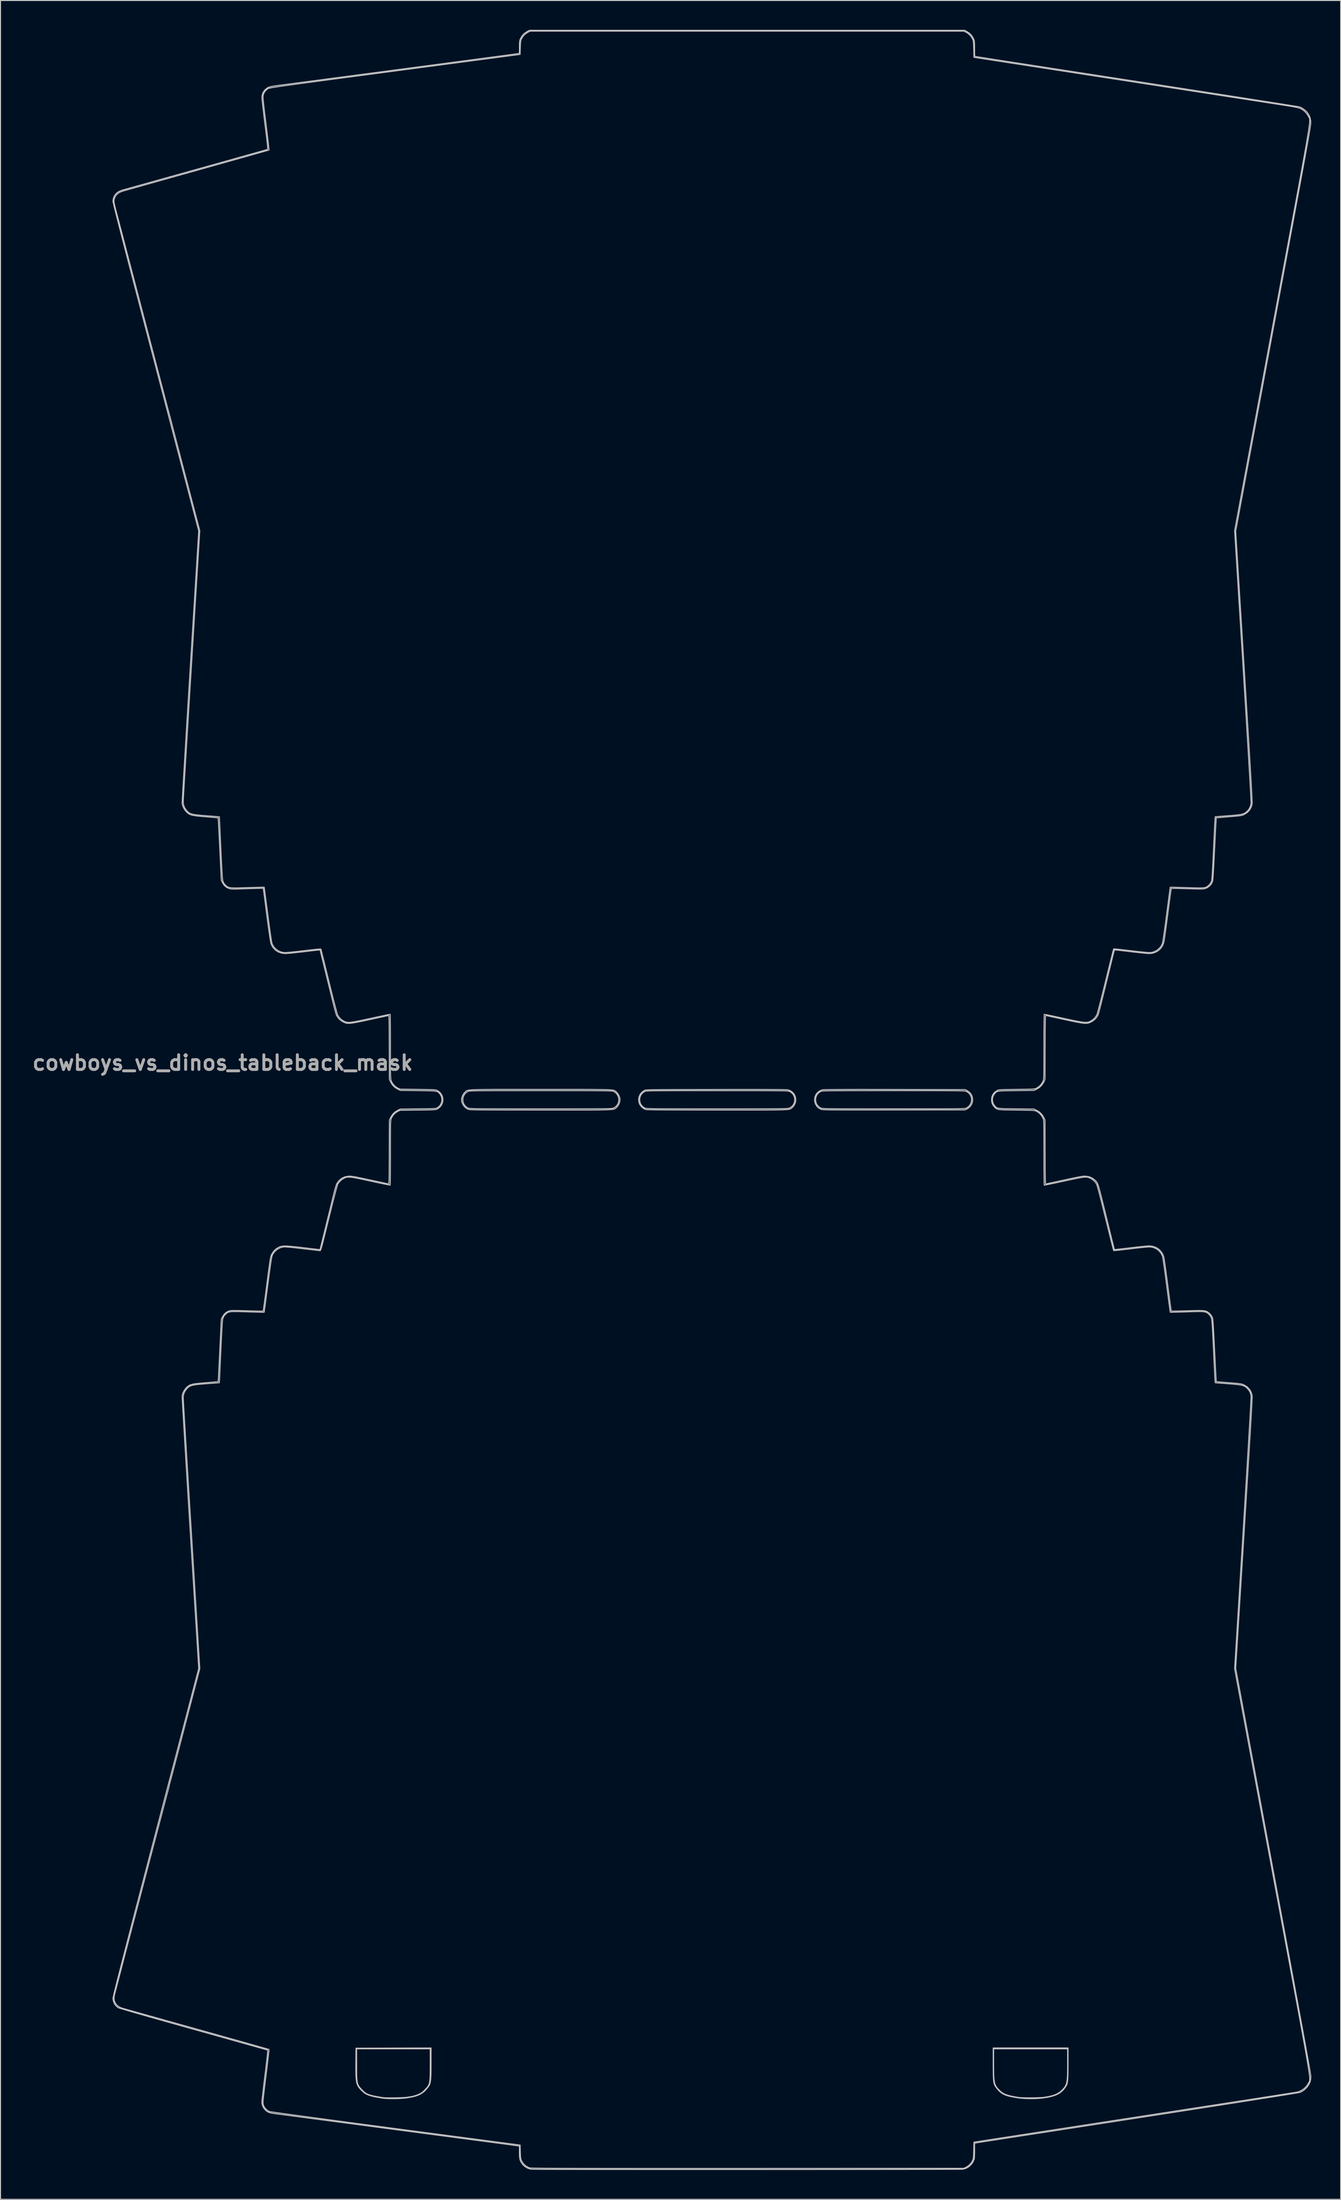
<source format=kicad_pcb>
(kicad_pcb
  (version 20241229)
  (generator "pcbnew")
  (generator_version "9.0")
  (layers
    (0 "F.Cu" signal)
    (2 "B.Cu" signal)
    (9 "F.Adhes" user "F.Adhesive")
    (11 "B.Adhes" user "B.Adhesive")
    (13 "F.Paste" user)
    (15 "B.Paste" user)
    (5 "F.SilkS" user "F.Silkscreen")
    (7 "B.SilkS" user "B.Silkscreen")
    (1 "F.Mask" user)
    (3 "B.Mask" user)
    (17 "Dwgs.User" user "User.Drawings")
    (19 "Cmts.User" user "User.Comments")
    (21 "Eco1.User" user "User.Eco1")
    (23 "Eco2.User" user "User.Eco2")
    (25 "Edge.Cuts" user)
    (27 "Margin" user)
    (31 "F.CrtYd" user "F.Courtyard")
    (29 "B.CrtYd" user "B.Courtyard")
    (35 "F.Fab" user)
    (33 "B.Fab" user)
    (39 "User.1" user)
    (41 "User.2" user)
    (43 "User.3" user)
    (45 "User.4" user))
  (footprint "cowboys_vs_dinos_tableback_mask"
    (layer "F.Cu")
    (at 69.779 109.46)
    (property "Reference" "cowboys_vs_dinos_tableback_mask" (at -50.05 -3.8 0) (layer "F.Fab") (effects (font (size 1.5 1.5) (thickness 0.3))))
    (attr board_only exclude_from_pos_files exclude_from_bom)
    (fp_poly (pts (xy 17.866 -71.24) (xy 18.175 -71.231) (xy 18.457 -71.222) (xy 18.7 -71.211) (xy 18.892 -71.201) (xy 19.021 -71.191) (xy 19.074 -71.183) (xy 19.077 -71.144) (xy 19.003 -71.071) (xy 18.901 -70.998) (xy 18.683 -70.842) (xy 18.444 -70.658) (xy 18.199 -70.459) (xy 17.965 -70.258) (xy 17.758 -70.07) (xy 17.594 -69.908) (xy 17.514 -69.818) (xy 17.338 -69.565) (xy 17.217 -69.314) (xy 17.155 -69.082) (xy 17.155 -68.914) (xy 17.23 -68.693) (xy 17.374 -68.491) (xy 17.566 -68.333) (xy 17.668 -68.28) (xy 17.807 -68.229) (xy 17.951 -68.201) (xy 18.131 -68.191) (xy 18.268 -68.191) (xy 18.472 -68.199) (xy 18.671 -68.215) (xy 18.81 -68.22) (xy 18.88 -68.22) (xy 18.99 -68.22) (xy 19.34 -68.22) (xy 19.59 -68.22) (xy 19.94 -68.22) (xy 20.12 -68.24) (xy 20.28 -68.29) (xy 20.43 -68.31) (xy 20.67 -68.33) (xy 20.89 -68.34) (xy 21.08 -68.35) (xy 21.24 -68.35) (xy 21.38 -68.35) (xy 21.51 -68.36) (xy 21.65 -68.36) (xy 21.79 -68.36) (xy 21.98 -68.36) (xy 22.18 -68.35) (xy 22.4 -68.31) (xy 22.61 -68.27) (xy 22.81 -68.22) (xy 22.96 -68.18) (xy 23.06 -68.15) (xy 23.19 -68.12) (xy 23.32 -68.09) (xy 23.42 -68.08) (xy 23.537 -68.083) (xy 23.688 -68.119) (xy 23.872 -68.12) (xy 24.104 -68.088) (xy 24.397 -68.021) (xy 24.467 -68.003) (xy 24.938 -67.886) (xy 25.474 -67.763) (xy 26.051 -67.641) (xy 26.647 -67.522) (xy 27.24 -67.413) (xy 27.585 -67.353) (xy 28.041 -67.272) (xy 28.426 -67.19) (xy 28.758 -67.106) (xy 29.013 -67.026) (xy 29.309 -66.932) (xy 29.677 -66.823) (xy 30.105 -66.703) (xy 30.58 -66.574) (xy 31.089 -66.442) (xy 31.62 -66.307) (xy 32.161 -66.175) (xy 32.698 -66.047) (xy 33.22 -65.928) (xy 33.34 -65.902) (xy 33.752 -65.809) (xy 34.174 -65.711) (xy 34.597 -65.611) (xy 35.013 -65.509) (xy 35.414 -65.408) (xy 35.791 -65.312) (xy 36.135 -65.22) (xy 36.439 -65.137) (xy 36.694 -65.064) (xy 36.892 -65.003) (xy 37.024 -64.957) (xy 37.081 -64.927) (xy 37.083 -64.924) (xy 37.062 -64.843) (xy 37.002 -64.705) (xy 36.913 -64.524) (xy 36.803 -64.315) (xy 36.68 -64.094) (xy 36.553 -63.875) (xy 36.428 -63.674) (xy 36.316 -63.506) (xy 36.31 -63.498) (xy 36.195 -63.341) (xy 36.095 -63.215) (xy 35.994 -63.104) (xy 35.878 -62.996) (xy 35.732 -62.877) (xy 35.542 -62.732) (xy 35.338 -62.582) (xy 34.989 -62.315) (xy 34.665 -62.047) (xy 34.388 -61.796) (xy 34.279 -61.686) (xy 34.034 -61.449) (xy 33.779 -61.238) (xy 33.503 -61.046) (xy 33.192 -60.866) (xy 32.834 -60.69) (xy 32.416 -60.511) (xy 31.934 -60.325) (xy 31.448 -60.144) (xy 31.032 -59.983) (xy 30.672 -59.838) (xy 30.357 -59.703) (xy 30.073 -59.57) (xy 29.807 -59.436) (xy 29.548 -59.293) (xy 29.282 -59.135) (xy 28.997 -58.957) (xy 28.86 -58.869) (xy 28.647 -58.737) (xy 28.482 -58.65) (xy 28.347 -58.6) (xy 28.236 -58.578) (xy 28.064 -58.576) (xy 27.816 -58.597) (xy 27.499 -58.642) (xy 27.121 -58.708) (xy 26.688 -58.796) (xy 26.482 -58.841) (xy 26.284 -58.883) (xy 26.112 -58.916) (xy 25.949 -58.94) (xy 25.778 -58.957) (xy 25.579 -58.969) (xy 25.337 -58.978) (xy 25.032 -58.985) (xy 24.892 -58.987) (xy 24.607 -58.991) (xy 24.354 -58.992) (xy 24.143 -58.989) (xy 23.988 -58.984) (xy 23.901 -58.977) (xy 23.886 -58.971) (xy 23.904 -58.919) (xy 23.952 -58.811) (xy 24.022 -58.664) (xy 24.054 -58.601) (xy 24.148 -58.381) (xy 24.241 -58.106) (xy 24.328 -57.801) (xy 24.402 -57.491) (xy 24.458 -57.2) (xy 24.488 -56.952) (xy 24.491 -56.857) (xy 24.474 -56.592) (xy 24.425 -56.314) (xy 24.353 -56.055) (xy 24.266 -55.849) (xy 24.262 -55.841) (xy 24.172 -55.72) (xy 24.042 -55.587) (xy 23.938 -55.5) (xy 23.798 -55.384) (xy 23.73 -55.29) (xy 23.726 -55.202) (xy 23.779 -55.108) (xy 23.837 -55) (xy 23.833 -54.897) (xy 23.762 -54.787) (xy 23.618 -54.657) (xy 23.585 -54.631) (xy 23.299 -54.373) (xy 23.027 -54.059) (xy 22.792 -53.719) (xy 22.634 -53.42) (xy 22.563 -53.247) (xy 22.477 -53.017) (xy 22.384 -52.755) (xy 22.295 -52.488) (xy 22.264 -52.388) (xy 22.053 -51.717) (xy 21.805 -51.668) (xy 21.485 -51.57) (xy 21.186 -51.412) (xy 20.986 -51.257) (xy 20.867 -51.169) (xy 20.702 -51.074) (xy 20.532 -50.997) (xy 20.339 -50.913) (xy 20.121 -50.804) (xy 19.922 -50.693) (xy 19.914 -50.688) (xy 19.6 -50.498) (xy 19.46 -50.7) (xy 19.192 -51.061) (xy 18.934 -51.344) (xy 18.679 -51.558) (xy 18.418 -51.709) (xy 18.222 -51.783) (xy 18.026 -51.822) (xy 17.77 -51.846) (xy 17.479 -51.853) (xy 17.177 -51.846) (xy 16.89 -51.823) (xy 16.643 -51.786) (xy 16.529 -51.758) (xy 16.358 -51.699) (xy 16.131 -51.609) (xy 15.869 -51.498) (xy 15.593 -51.373) (xy 15.323 -51.246) (xy 15.079 -51.125) (xy 14.884 -51.019) (xy 14.836 -50.991) (xy 14.681 -50.901) (xy 14.53 -50.822) (xy 14.44 -50.779) (xy 14.194 -50.658) (xy 13.929 -50.488) (xy 13.633 -50.262) (xy 13.296 -49.974) (xy 13.274 -49.955) (xy 13.093 -49.787) (xy 12.931 -49.629) (xy 12.801 -49.494) (xy 12.717 -49.395) (xy 12.695 -49.362) (xy 12.657 -49.227) (xy 12.641 -49.017) (xy 12.646 -48.745) (xy 12.672 -48.42) (xy 12.716 -48.052) (xy 12.778 -47.652) (xy 12.857 -47.229) (xy 12.952 -46.793) (xy 12.985 -46.655) (xy 13.059 -46.368) (xy 13.154 -46.03) (xy 13.266 -45.656) (xy 13.389 -45.258) (xy 13.52 -44.847) (xy 13.655 -44.437) (xy 13.79 -44.04) (xy 13.92 -43.669) (xy 14.041 -43.336) (xy 14.15 -43.054) (xy 14.241 -42.835) (xy 14.285 -42.742) (xy 14.434 -42.45) (xy 14.558 -42.225) (xy 14.666 -42.055) (xy 14.768 -41.928) (xy 14.873 -41.831) (xy 14.99 -41.752) (xy 15.092 -41.697) (xy 15.296 -41.607) (xy 15.573 -41.503) (xy 15.91 -41.389) (xy 16.295 -41.268) (xy 16.717 -41.145) (xy 17.163 -41.022) (xy 17.62 -40.903) (xy 18.078 -40.791) (xy 18.484 -40.7) (xy 18.794 -40.63) (xy 19.051 -40.567) (xy 19.248 -40.512) (xy 19.375 -40.468) (xy 19.419 -40.443) (xy 19.458 -40.393) (xy 19.45 -40.343) (xy 19.388 -40.268) (xy 19.366 -40.245) (xy 19.165 -40.079) (xy 18.884 -39.916) (xy 18.531 -39.758) (xy 18.112 -39.607) (xy 17.636 -39.467) (xy 17.108 -39.339) (xy 16.537 -39.226) (xy 16.27 -39.181) (xy 15.479 -39.064) (xy 14.611 -38.952) (xy 13.675 -38.847) (xy 12.679 -38.748) (xy 11.634 -38.657) (xy 10.548 -38.573) (xy 9.43 -38.498) (xy 8.29 -38.432) (xy 7.04 -38.46) (xy 5.97 -38.46) (xy 4.85 -38.46) (xy 3.72 -38.45) (xy 2.54 -38.46) (xy 1.98 -38.44) (xy 1.34 -38.42) (xy 0.86 -38.4) (xy 0.47 -38.4) (xy 0.18 -38.4) (xy -0.08 -38.4) (xy -0.34 -38.4) (xy -0.58 -38.4) (xy -0.84 -38.4) (xy -1.06 -38.4) (xy -1.25 -38.4) (xy -1.46 -38.41) (xy -2.068 -38.434) (xy -2.742 -38.507) (xy -3.355 -38.579) (xy -3.921 -38.654) (xy -4.452 -38.732) (xy -4.96 -38.815) (xy -5.43 -38.9) (xy -5.784 -38.966) (xy -6.157 -39.036) (xy -6.527 -39.105) (xy -6.871 -39.168) (xy -7.164 -39.222) (xy -7.291 -39.245) (xy -7.547 -39.292) (xy -7.785 -39.337) (xy -7.988 -39.376) (xy -8.137 -39.406) (xy -8.2 -39.42) (xy -8.346 -39.444) (xy -8.526 -39.459) (xy -8.619 -39.462) (xy -8.806 -39.473) (xy -8.959 -39.502) (xy -9.058 -39.544) (xy -9.087 -39.586) (xy -9.062 -39.639) (xy -8.998 -39.733) (xy -8.942 -39.806) (xy -8.848 -39.909) (xy -8.716 -40.023) (xy -8.538 -40.155) (xy -8.306 -40.311) (xy -8.01 -40.496) (xy -7.786 -40.631) (xy -7.391 -40.899) (xy -7.06 -41.196) (xy -6.781 -41.535) (xy -6.544 -41.93) (xy -6.339 -42.393) (xy -6.3 -42.497) (xy -6.153 -42.878) (xy -6.012 -43.19) (xy -5.87 -43.446) (xy -5.717 -43.663) (xy -5.592 -43.808) (xy -5.45 -43.972) (xy -5.289 -44.176) (xy -5.138 -44.385) (xy -5.083 -44.467) (xy -4.95 -44.661) (xy -4.805 -44.857) (xy -4.67 -45.026) (xy -4.617 -45.088) (xy -4.484 -45.241) (xy -4.319 -45.446) (xy -4.136 -45.68) (xy -3.951 -45.923) (xy -3.781 -46.154) (xy -3.649 -46.343) (xy -3.569 -46.478) (xy -3.51 -46.627) (xy -3.467 -46.804) (xy -3.439 -47.024) (xy -3.424 -47.3) (xy -3.418 -47.646) (xy -3.418 -47.702) (xy -3.418 -48.408) (xy -3.595 -48.877) (xy -3.681 -49.129) (xy -3.751 -49.377) (xy -3.796 -49.589) (xy -3.805 -49.652) (xy -3.886 -50.013) (xy -3.98 -50.235) (xy -4.231 -50.655) (xy -4.528 -51.007) (xy -4.881 -51.299) (xy -5.3 -51.542) (xy -5.313 -51.548) (xy -5.591 -51.666) (xy -5.829 -51.723) (xy -6.043 -51.718) (xy -6.25 -51.646) (xy -6.467 -51.506) (xy -6.707 -51.296) (xy -6.839 -51.19) (xy -7.036 -51.055) (xy -7.285 -50.901) (xy -7.571 -50.733) (xy -7.881 -50.561) (xy -8.201 -50.391) (xy -8.517 -50.231) (xy -8.816 -50.088) (xy -9.084 -49.971) (xy -9.223 -49.916) (xy -9.418 -49.836) (xy -9.636 -49.737) (xy -9.8 -49.655) (xy -9.946 -49.581) (xy -10.066 -49.527) (xy -10.137 -49.502) (xy -10.141 -49.502) (xy -10.193 -49.534) (xy -10.275 -49.618) (xy -10.354 -49.718) (xy -10.47 -49.85) (xy -10.599 -49.964) (xy -10.677 -50.015) (xy -10.883 -50.102) (xy -11.117 -50.174) (xy -11.342 -50.223) (xy -11.502 -50.237) (xy -11.616 -50.244) (xy -11.672 -50.277) (xy -11.701 -50.356) (xy -11.705 -50.378) (xy -11.731 -50.485) (xy -11.772 -50.645) (xy -11.822 -50.83) (xy -11.838 -50.887) (xy -11.894 -51.106) (xy -11.946 -51.345) (xy -11.983 -51.554) (xy -11.986 -51.574) (xy -12.069 -51.931) (xy -12.207 -52.225) (xy -12.399 -52.453) (xy -12.644 -52.613) (xy -12.843 -52.684) (xy -13.046 -52.736) (xy -13.031 -52.977) (xy -13.032 -53.154) (xy -13.066 -53.294) (xy -13.115 -53.394) (xy -13.187 -53.505) (xy -13.257 -53.557) (xy -13.352 -53.569) (xy -13.355 -53.569) (xy -13.47 -53.63) (xy -13.61 -53.75) (xy -13.76 -53.91) (xy -13.89 -54.06) (xy -14.02 -54.21) (xy -14.14 -54.37) (xy -14.25 -54.5) (xy -14.35 -54.7) (xy -14.41 -54.85) (xy -14.48 -54.95) (xy -14.52 -55.08) (xy -14.58 -55.31) (xy -14.6 -55.47) (xy -14.63 -55.57) (xy -14.72 -55.7) (xy -14.78 -55.82) (xy -14.84 -55.91) (xy -14.92 -56.03) (xy -15.06 -56.22) (xy -15.18 -56.42) (xy -15.24 -56.52) (xy -15.26 -56.62) (xy -15.4 -57.01) (xy -15.51 -57.21) (xy -15.62 -57.45) (xy -15.73 -57.67) (xy -15.82 -57.87) (xy -16 -58.018) (xy -16.13 -58.14) (xy -16.19 -58.19) (xy -16.23 -58.23) (xy -16.276 -58.27) (xy -16.371 -58.344) (xy -16.505 -58.454) (xy -16.662 -58.591) (xy -16.691 -58.616) (xy -16.872 -58.772) (xy -17.05 -58.92) (xy -17.206 -59.043) (xy -17.317 -59.124) (xy -17.434 -59.214) (xy -17.518 -59.301) (xy -17.543 -59.346) (xy -17.563 -59.483) (xy -17.571 -59.677) (xy -17.567 -59.901) (xy -17.554 -60.128) (xy -17.531 -60.329) (xy -17.5 -60.476) (xy -17.495 -60.493) (xy -17.452 -60.637) (xy -17.446 -60.749) (xy -17.474 -60.875) (xy -17.52 -60.996) (xy -17.587 -61.109) (xy -17.686 -61.228) (xy -17.828 -61.363) (xy -18.025 -61.526) (xy -18.188 -61.654) (xy -18.34 -61.776) (xy -18.543 -61.944) (xy -18.783 -62.147) (xy -19.044 -62.372) (xy -19.315 -62.608) (xy -19.558 -62.823) (xy -19.864 -63.093) (xy -20.12 -63.313) (xy -20.337 -63.492) (xy -20.527 -63.64) (xy -20.704 -63.767) (xy -20.878 -63.881) (xy -21.008 -63.96) (xy -21.231 -64.098) (xy -21.458 -64.246) (xy -21.663 -64.388) (xy -21.82 -64.504) (xy -21.824 -64.507) (xy -21.966 -64.612) (xy -22.162 -64.746) (xy -22.397 -64.899) (xy -22.658 -65.063) (xy -22.93 -65.23) (xy -23.2 -65.39) (xy -23.3 -65.51) (xy -23.34 -65.65) (xy -23.34 -65.72) (xy -23.34 -65.79) (xy -23.34 -65.91) (xy -23.34 -65.97) (xy -23.34 -66.09) (xy -23.34 -66.18) (xy -23.34 -66.27) (xy -23.34 -66.37) (xy -23.34 -66.48) (xy -23.34 -66.56) (xy -23.34 -66.63) (xy -23.34 -66.7) (xy -23.34 -66.76) (xy -23.33 -66.83) (xy -23.32 -66.9) (xy -23.3 -66.96) (xy -23.23 -67.07) (xy -22.998 -67.178) (xy -22.542 -67.354) (xy -22.078 -67.535) (xy -21.618 -67.718) (xy -21.172 -67.898) (xy -20.751 -68.07) (xy -20.366 -68.231) (xy -20.026 -68.376) (xy -19.743 -68.501) (xy -19.526 -68.602) (xy -19.468 -68.63) (xy -19.207 -68.75) (xy -18.878 -68.883) (xy -18.499 -69.023) (xy -18.086 -69.165) (xy -17.655 -69.303) (xy -17.243 -69.424) (xy -17.019 -69.488) (xy -16.73 -69.574) (xy -16.395 -69.675) (xy -16.032 -69.786) (xy -15.66 -69.901) (xy -15.296 -70.014) (xy -15.253 -70.028) (xy -13.955 -70.437) (xy -13.836 -70.086) (xy -13.781 -69.909) (xy -13.739 -69.75) (xy -13.718 -69.636) (xy -13.717 -69.616) (xy -13.696 -69.483) (xy -13.639 -69.299) (xy -13.554 -69.085) (xy -13.448 -68.865) (xy -13.434 -68.838) (xy -13.373 -68.706) (xy -13.334 -68.593) (xy -13.327 -68.551) (xy -13.361 -68.483) (xy -13.464 -68.379) (xy -13.638 -68.235) (xy -13.749 -68.15) (xy -13.912 -68.029) (xy -14.047 -67.929) (xy -14.14 -67.859) (xy -14.178 -67.831) (xy -14.179 -67.831) (xy -14.169 -67.791) (xy -14.136 -67.684) (xy -14.085 -67.527) (xy -14.022 -67.335) (xy -14.013 -67.31) (xy -13.92 -67.022) (xy -13.852 -66.783) (xy -13.802 -66.563) (xy -13.763 -66.329) (xy -13.73 -66.052) (xy -13.719 -65.949) (xy -13.701 -65.72) (xy -13.701 -65.555) (xy -13.719 -65.465) (xy -13.719 -65.465) (xy -13.773 -65.411) (xy -13.884 -65.33) (xy -14.034 -65.234) (xy -14.128 -65.18) (xy -14.302 -65.078) (xy -14.414 -65.002) (xy -14.479 -64.938) (xy -14.512 -64.872) (xy -14.522 -64.83) (xy -14.559 -64.729) (xy -14.635 -64.586) (xy -14.733 -64.428) (xy -14.761 -64.387) (xy -14.854 -64.251) (xy -14.921 -64.147) (xy -14.952 -64.09) (xy -14.952 -64.084) (xy -14.9 -64.093) (xy -14.775 -64.118) (xy -14.585 -64.157) (xy -14.342 -64.207) (xy -14.056 -64.268) (xy -13.736 -64.335) (xy -13.395 -64.408) (xy -13.041 -64.483) (xy -12.685 -64.56) (xy -12.337 -64.634) (xy -12.009 -64.706) (xy -11.709 -64.771) (xy -11.449 -64.829) (xy -11.424 -64.834) (xy -10.795 -64.974) (xy -10.245 -65.095) (xy -9.767 -65.2) (xy -9.355 -65.29) (xy -9.004 -65.365) (xy -8.707 -65.428) (xy -8.458 -65.479) (xy -8.251 -65.519) (xy -8.08 -65.55) (xy -7.939 -65.574) (xy -7.822 -65.59) (xy -7.729 -65.601) (xy -7.534 -65.621) (xy -7.356 -65.642) (xy -7.224 -65.66) (xy -7.192 -65.665) (xy -7.084 -65.666) (xy -6.935 -65.635) (xy -6.728 -65.568) (xy -6.634 -65.534) (xy -6.461 -65.476) (xy -6.224 -65.408) (xy -5.944 -65.333) (xy -5.641 -65.259) (xy -5.338 -65.189) (xy -5.305 -65.182) (xy -5.001 -65.115) (xy -4.695 -65.041) (xy -4.407 -64.968) (xy -4.16 -64.901) (xy -3.974 -64.844) (xy -3.959 -64.839) (xy -3.52 -64.696) (xy -3.152 -64.587) (xy -2.858 -64.515) (xy -2.639 -64.479) (xy -2.559 -64.474) (xy -2.418 -64.488) (xy -2.234 -64.523) (xy -2.042 -64.573) (xy -2.019 -64.58) (xy -1.845 -64.641) (xy -1.688 -64.714) (xy -1.526 -64.812) (xy -1.341 -64.947) (xy -1.14 -65.106) (xy -1.115 -65.14) (xy -1.103 -65.202) (xy -1.102 -65.307) (xy -1.112 -65.47) (xy -1.131 -65.674) (xy -1.149 -65.882) (xy -1.159 -66.063) (xy -1.161 -66.197) (xy -1.155 -66.263) (xy -1.132 -66.287) (xy -1.086 -66.286) (xy -1.007 -66.256) (xy -0.889 -66.192) (xy -0.724 -66.091) (xy -0.503 -65.948) (xy -0.238 -65.771) (xy 0.031 -65.594) (xy 0.241 -65.466) (xy 0.402 -65.383) (xy 0.525 -65.343) (xy 0.621 -65.342) (xy 0.7 -65.379) (xy 0.771 -65.45) (xy 0.795 -65.48) (xy 0.911 -65.65) (xy 0.963 -65.785) (xy 0.956 -65.906) (xy 0.894 -66.028) (xy 0.746 -66.272) (xy 0.663 -66.459) (xy 0.643 -66.59) (xy 0.651 -66.62) (xy 0.681 -66.669) (xy 0.742 -66.701) (xy 0.853 -66.723) (xy 1.002 -66.739) (xy 1.299 -66.796) (xy 1.602 -66.906) (xy 1.88 -67.055) (xy 2.103 -67.232) (xy 2.111 -67.239) (xy 2.245 -67.362) (xy 2.405 -67.489) (xy 2.482 -67.544) (xy 2.616 -67.651) (xy 2.731 -67.768) (xy 2.778 -67.832) (xy 2.857 -67.936) (xy 2.947 -67.976) (xy 2.991 -67.979) (xy 3.108 -68.008) (xy 3.249 -68.103) (xy 3.315 -68.16) (xy 3.49 -68.344) (xy 3.603 -68.526) (xy 3.666 -68.734) (xy 3.691 -68.993) (xy 3.692 -69.033) (xy 3.7 -69.385) (xy 3.256 -70.17) (xy 3.123 -70.41) (xy 3.005 -70.629) (xy 2.911 -70.813) (xy 2.845 -70.951) (xy 2.814 -71.03) (xy 2.813 -71.04) (xy 2.815 -71.059) (xy 2.826 -71.074) (xy 2.852 -71.087) (xy 2.902 -71.098) (xy 2.982 -71.105) (xy 3.099 -71.111) (xy 3.26 -71.114) (xy 3.473 -71.116) (xy 3.744 -71.116) (xy 4.08 -71.114) (xy 4.489 -71.112) (xy 4.965 -71.108) (xy 5.418 -71.105) (xy 5.869 -71.1) (xy 6.305 -71.095) (xy 6.715 -71.089) (xy 7.085 -71.084) (xy 7.404 -71.078) (xy 7.66 -71.072) (xy 7.824 -71.067) (xy 8.53 -71.041) (xy 8.503 -70.754) (xy 8.458 -70.309) (xy 8.408 -69.94) (xy 8.353 -69.633) (xy 8.289 -69.379) (xy 8.213 -69.164) (xy 8.123 -68.977) (xy 8.07 -68.887) (xy 8.005 -68.767) (xy 7.966 -68.664) (xy 7.962 -68.635) (xy 7.931 -68.546) (xy 7.875 -68.476) (xy 7.798 -68.351) (xy 7.787 -68.191) (xy 7.842 -68.011) (xy 7.944 -67.849) (xy 8.059 -67.726) (xy 8.203 -67.601) (xy 8.356 -67.491) (xy 8.496 -67.41) (xy 8.6 -67.373) (xy 8.611 -67.373) (xy 8.703 -67.344) (xy 8.729 -67.324) (xy 8.796 -67.3) (xy 8.928 -67.283) (xy 9.103 -67.278) (xy 9.116 -67.278) (xy 9.279 -67.282) (xy 9.41 -67.297) (xy 9.535 -67.331) (xy 9.683 -67.391) (xy 9.861 -67.474) (xy 10.045 -67.56) (xy 10.171 -67.613) (xy 10.26 -67.638) (xy 10.33 -67.638) (xy 10.402 -67.62) (xy 10.431 -67.61) (xy 10.579 -67.567) (xy 10.724 -67.54) (xy 10.736 -67.538) (xy 10.828 -67.538) (xy 10.891 -67.572) (xy 10.953 -67.658) (xy 10.982 -67.709) (xy 11.054 -67.872) (xy 11.106 -68.051) (xy 11.114 -68.097) (xy 11.137 -68.222) (xy 11.17 -68.284) (xy 11.231 -68.307) (xy 11.266 -68.311) (xy 11.443 -68.356) (xy 11.557 -68.454) (xy 11.606 -68.599) (xy 11.59 -68.784) (xy 11.507 -69.003) (xy 11.407 -69.174) (xy 11.312 -69.314) (xy 11.231 -69.414) (xy 11.141 -69.498) (xy 11.016 -69.591) (xy 10.915 -69.66) (xy 10.733 -69.789) (xy 10.617 -69.894) (xy 10.557 -69.992) (xy 10.543 -70.1) (xy 10.566 -70.235) (xy 10.572 -70.259) (xy 10.625 -70.404) (xy 10.711 -70.583) (xy 10.817 -70.774) (xy 10.93 -70.955) (xy 11.037 -71.102) (xy 11.124 -71.195) (xy 11.133 -71.202) (xy 11.279 -71.262) (xy 11.433 -71.241) (xy 11.602 -71.137) (xy 11.626 -71.118) (xy 11.732 -71.033) (xy 11.801 -70.999) (xy 11.855 -71.009) (xy 11.882 -71.026) (xy 11.986 -71.077) (xy 12.096 -71.112) (xy 12.244 -71.102) (xy 12.401 -71.019) (xy 12.554 -70.875) (xy 12.69 -70.679) (xy 12.717 -70.629) (xy 12.812 -70.463) (xy 12.921 -70.299) (xy 12.99 -70.211) (xy 13.137 -70.043) (xy 13.351 -70.114) (xy 13.527 -70.198) (xy 13.723 -70.332) (xy 13.825 -70.417) (xy 13.991 -70.561) (xy 14.121 -70.659) (xy 14.24 -70.719) (xy 14.37 -70.749) (xy 14.538 -70.758) (xy 14.767 -70.754) (xy 14.779 -70.754) (xy 14.997 -70.75) (xy 15.154 -70.754) (xy 15.273 -70.769) (xy 15.38 -70.8) (xy 15.499 -70.848) (xy 15.509 -70.852) (xy 15.73 -70.931) (xy 15.953 -70.962) (xy 16.048 -70.965) (xy 16.211 -70.969) (xy 16.324 -70.99) (xy 16.42 -71.038) (xy 16.525 -71.116) (xy 16.715 -71.267)) (stroke (width 0) (type solid)) (fill yes) (layer "B.Mask"))
    (fp_poly (pts (xy 36.433 98.582) (xy 36.431 99.054) (xy 36.428 99.449) (xy 36.421 99.776) (xy 36.411 100.043) (xy 36.395 100.259) (xy 36.373 100.434) (xy 36.345 100.576) (xy 36.308 100.695) (xy 36.263 100.799) (xy 36.208 100.897) (xy 36.182 100.938) (xy 35.979 101.213) (xy 35.748 101.443) (xy 35.479 101.634) (xy 35.163 101.79) (xy 34.791 101.915) (xy 34.352 102.015) (xy 33.838 102.094) (xy 33.836 102.094) (xy 33.436 102.132) (xy 32.989 102.153) (xy 32.523 102.156) (xy 32.064 102.144) (xy 31.641 102.114) (xy 31.328 102.077) (xy 30.893 102.005) (xy 30.532 101.933) (xy 30.235 101.857) (xy 29.989 101.771) (xy 29.783 101.673) (xy 29.605 101.558) (xy 29.443 101.422) (xy 29.411 101.392) (xy 29.269 101.242) (xy 29.133 101.081) (xy 29.031 100.944) (xy 29.027 100.938) (xy 28.968 100.839) (xy 28.918 100.739) (xy 28.878 100.627) (xy 28.847 100.496) (xy 28.822 100.336) (xy 28.804 100.137) (xy 28.792 99.892) (xy 28.784 99.591) (xy 28.779 99.225) (xy 28.777 98.786) (xy 28.777 98.582) (xy 28.775 97.057) (xy 28.818 97.057) (xy 28.818 98.568) (xy 28.82 99.061) (xy 28.824 99.477) (xy 28.835 99.825) (xy 28.854 100.115) (xy 28.883 100.355) (xy 28.924 100.555) (xy 28.98 100.725) (xy 29.052 100.873) (xy 29.143 101.01) (xy 29.255 101.144) (xy 29.39 101.284) (xy 29.455 101.348) (xy 29.611 101.486) (xy 29.784 101.603) (xy 29.984 101.702) (xy 30.223 101.79) (xy 30.512 101.868) (xy 30.863 101.942) (xy 31.286 102.015) (xy 31.371 102.029) (xy 31.532 102.045) (xy 31.762 102.057) (xy 32.043 102.065) (xy 32.36 102.069) (xy 32.694 102.069) (xy 33.029 102.064) (xy 33.347 102.056) (xy 33.631 102.044) (xy 33.864 102.028) (xy 33.989 102.015) (xy 34.464 101.936) (xy 34.863 101.838) (xy 35.198 101.717) (xy 35.477 101.568) (xy 35.711 101.389) (xy 35.755 101.348) (xy 35.9 101.202) (xy 36.021 101.066) (xy 36.121 100.932) (xy 36.2 100.79) (xy 36.263 100.631) (xy 36.31 100.444) (xy 36.344 100.222) (xy 36.367 99.955) (xy 36.381 99.633) (xy 36.388 99.246) (xy 36.391 98.787) (xy 36.391 98.568) (xy 36.391 97.057) (xy 32.605 97.057) (xy 28.818 97.057) (xy 28.775 97.057) (xy 28.775 96.97) (xy 32.605 96.97) (xy 36.434 96.97)) (stroke (width 0.1) (type solid)) (fill no) (layer "Dwgs.User"))
    (fp_poly (pts (xy -28.732 98.523) (xy -28.733 99.006) (xy -28.737 99.412) (xy -28.745 99.749) (xy -28.758 100.026) (xy -28.777 100.252) (xy -28.803 100.436) (xy -28.837 100.586) (xy -28.881 100.712) (xy -28.936 100.821) (xy -29.002 100.924) (xy -29.035 100.97) (xy -29.249 101.232) (xy -29.471 101.449) (xy -29.711 101.627) (xy -29.983 101.77) (xy -30.298 101.886) (xy -30.668 101.98) (xy -31.105 102.058) (xy -31.391 102.097) (xy -31.692 102.126) (xy -32.042 102.146) (xy -32.417 102.155) (xy -32.797 102.155) (xy -33.158 102.145) (xy -33.48 102.126) (xy -33.738 102.097) (xy -33.751 102.095) (xy -34.185 102.021) (xy -34.544 101.952) (xy -34.839 101.881) (xy -35.083 101.806) (xy -35.286 101.723) (xy -35.46 101.626) (xy -35.616 101.513) (xy -35.766 101.378) (xy -35.776 101.369) (xy -35.926 101.218) (xy -36.051 101.078) (xy -36.155 100.94) (xy -36.237 100.794) (xy -36.302 100.631) (xy -36.351 100.443) (xy -36.385 100.218) (xy -36.408 99.949) (xy -36.421 99.627) (xy -36.426 99.241) (xy -36.426 98.783) (xy -36.424 98.506) (xy -36.413 97.057) (xy -36.348 97.057) (xy -36.346 98.625) (xy -36.345 99.102) (xy -36.342 99.501) (xy -36.336 99.833) (xy -36.322 100.106) (xy -36.301 100.33) (xy -36.27 100.514) (xy -36.225 100.668) (xy -36.167 100.801) (xy -36.091 100.923) (xy -35.997 101.042) (xy -35.882 101.168) (xy -35.746 101.309) (xy -35.618 101.434) (xy -35.491 101.54) (xy -35.357 101.628) (xy -35.203 101.705) (xy -35.019 101.772) (xy -34.794 101.834) (xy -34.519 101.895) (xy -34.181 101.959) (xy -33.771 102.029) (xy -33.665 102.046) (xy -33.532 102.059) (xy -33.329 102.068) (xy -33.072 102.072) (xy -32.779 102.073) (xy -32.466 102.07) (xy -32.148 102.064) (xy -31.844 102.054) (xy -31.568 102.042) (xy -31.339 102.027) (xy -31.173 102.01) (xy -30.898 101.969) (xy -30.68 101.93) (xy -30.493 101.885) (xy -30.308 101.829) (xy -30.099 101.753) (xy -30.026 101.725) (xy -29.864 101.657) (xy -29.733 101.586) (xy -29.61 101.493) (xy -29.469 101.362) (xy -29.373 101.264) (xy -29.245 101.131) (xy -29.138 101.013) (xy -29.051 100.9) (xy -28.982 100.783) (xy -28.927 100.653) (xy -28.887 100.501) (xy -28.858 100.317) (xy -28.838 100.092) (xy -28.827 99.816) (xy -28.821 99.482) (xy -28.819 99.079) (xy -28.818 98.634) (xy -28.818 97.057) (xy -32.583 97.057) (xy -36.348 97.057) (xy -36.413 97.057) (xy -36.412 96.992) (xy -32.572 96.981) (xy -28.732 96.97)) (stroke (width 0.1) (type solid)) (fill no) (layer "Dwgs.User"))
    (fp_poly (pts (xy 16.506 -1.076) (xy 17.427 -1.075) (xy 18.432 -1.074) (xy 18.716 -1.073) (xy 25.9 -1.06) (xy 26.115 -0.95) (xy 26.351 -0.785) (xy 26.523 -0.575) (xy 26.632 -0.335) (xy 26.678 -0.077) (xy 26.659 0.183) (xy 26.577 0.433) (xy 26.432 0.657) (xy 26.223 0.843) (xy 26.115 0.906) (xy 25.9 1.017) (xy 18.651 1.025) (xy 17.71 1.026) (xy 16.851 1.027) (xy 16.071 1.027) (xy 15.366 1.027) (xy 14.733 1.027) (xy 14.167 1.026) (xy 13.664 1.025) (xy 13.221 1.024) (xy 12.835 1.022) (xy 12.5 1.019) (xy 12.213 1.016) (xy 11.971 1.013) (xy 11.77 1.009) (xy 11.605 1.004) (xy 11.474 0.999) (xy 11.371 0.993) (xy 11.294 0.986) (xy 11.238 0.979) (xy 11.2 0.971) (xy 11.194 0.969) (xy 10.95 0.85) (xy 10.748 0.666) (xy 10.6 0.432) (xy 10.515 0.161) (xy 10.499 -0.023) (xy 10.51 -0.101) (xy 10.607 -0.101) (xy 10.618 0.142) (xy 10.69 0.377) (xy 10.824 0.587) (xy 11.02 0.759) (xy 11.142 0.827) (xy 11.167 0.837) (xy 11.197 0.846) (xy 11.237 0.855) (xy 11.29 0.862) (xy 11.36 0.869) (xy 11.452 0.875) (xy 11.57 0.881) (xy 11.716 0.886) (xy 11.895 0.89) (xy 12.112 0.893) (xy 12.37 0.896) (xy 12.672 0.899) (xy 13.024 0.901) (xy 13.428 0.903) (xy 13.889 0.904) (xy 14.411 0.905) (xy 14.997 0.906) (xy 15.652 0.907) (xy 16.38 0.907) (xy 17.184 0.907) (xy 18.069 0.908) (xy 18.597 0.908) (xy 19.528 0.908) (xy 20.375 0.908) (xy 21.145 0.908) (xy 21.839 0.907) (xy 22.462 0.907) (xy 23.019 0.906) (xy 23.513 0.905) (xy 23.948 0.904) (xy 24.327 0.902) (xy 24.656 0.9) (xy 24.937 0.897) (xy 25.175 0.894) (xy 25.374 0.89) (xy 25.538 0.886) (xy 25.67 0.881) (xy 25.774 0.875) (xy 25.855 0.869) (xy 25.916 0.862) (xy 25.962 0.854) (xy 25.996 0.845) (xy 26.021 0.835) (xy 26.04 0.826) (xy 26.266 0.667) (xy 26.429 0.467) (xy 26.529 0.238) (xy 26.566 -0.005) (xy 26.541 -0.248) (xy 26.454 -0.477) (xy 26.305 -0.679) (xy 26.094 -0.838) (xy 25.996 -0.885) (xy 25.969 -0.893) (xy 25.927 -0.901) (xy 25.868 -0.909) (xy 25.786 -0.915) (xy 25.679 -0.921) (xy 25.543 -0.926) (xy 25.373 -0.931) (xy 25.166 -0.935) (xy 24.918 -0.938) (xy 24.625 -0.941) (xy 24.283 -0.944) (xy 23.888 -0.946) (xy 23.437 -0.948) (xy 22.925 -0.949) (xy 22.35 -0.95) (xy 21.706 -0.951) (xy 20.99 -0.951) (xy 20.198 -0.952) (xy 19.327 -0.952) (xy 18.585 -0.952) (xy 17.648 -0.952) (xy 16.795 -0.952) (xy 16.02 -0.951) (xy 15.32 -0.951) (xy 14.691 -0.95) (xy 14.129 -0.949) (xy 13.631 -0.947) (xy 13.192 -0.945) (xy 12.809 -0.943) (xy 12.478 -0.94) (xy 12.195 -0.937) (xy 11.956 -0.934) (xy 11.757 -0.93) (xy 11.595 -0.925) (xy 11.465 -0.92) (xy 11.364 -0.914) (xy 11.287 -0.907) (xy 11.232 -0.9) (xy 11.194 -0.892) (xy 11.173 -0.885) (xy 10.941 -0.746) (xy 10.769 -0.56) (xy 10.657 -0.34) (xy 10.607 -0.101) (xy 10.51 -0.101) (xy 10.539 -0.31) (xy 10.652 -0.569) (xy 10.829 -0.786) (xy 11.059 -0.949) (xy 11.311 -1.039) (xy 11.373 -1.046) (xy 11.497 -1.052) (xy 11.683 -1.057) (xy 11.935 -1.062) (xy 12.252 -1.066) (xy 12.639 -1.069) (xy 13.096 -1.072) (xy 13.625 -1.074) (xy 14.229 -1.076) (xy 14.909 -1.077) (xy 15.668 -1.077)) (stroke (width 0.1) (type solid)) (fill no) (layer "Dwgs.User"))
    (fp_poly (pts (xy 4.055 -1.075) (xy 4.758 -1.074) (xy 5.382 -1.073) (xy 5.93 -1.071) (xy 6.404 -1.068) (xy 6.806 -1.065) (xy 7.136 -1.061) (xy 7.397 -1.056) (xy 7.59 -1.051) (xy 7.718 -1.045) (xy 7.782 -1.038) (xy 7.784 -1.038) (xy 8.053 -0.931) (xy 8.274 -0.763) (xy 8.44 -0.548) (xy 8.545 -0.299) (xy 8.583 -0.03) (xy 8.549 0.244) (xy 8.458 0.471) (xy 8.362 0.619) (xy 8.249 0.751) (xy 8.188 0.806) (xy 8.151 0.836) (xy 8.117 0.863) (xy 8.082 0.887) (xy 8.043 0.909) (xy 7.995 0.929) (xy 7.935 0.947) (xy 7.859 0.962) (xy 7.761 0.976) (xy 7.64 0.988) (xy 7.49 0.998) (xy 7.308 1.007) (xy 7.09 1.014) (xy 6.831 1.02) (xy 6.528 1.025) (xy 6.177 1.029) (xy 5.774 1.032) (xy 5.315 1.034) (xy 4.795 1.035) (xy 4.212 1.036) (xy 3.56 1.036) (xy 2.837 1.036) (xy 2.037 1.036) (xy 1.158 1.035) (xy 0.523 1.035) (xy -0.467 1.034) (xy -1.392 1.033) (xy -2.249 1.031) (xy -3.037 1.029) (xy -3.755 1.026) (xy -4.399 1.023) (xy -4.969 1.019) (xy -5.464 1.015) (xy -5.88 1.011) (xy -6.218 1.006) (xy -6.474 1.001) (xy -6.648 0.996) (xy -6.737 0.99) (xy -6.747 0.988) (xy -6.994 0.876) (xy -7.211 0.697) (xy -7.374 0.475) (xy -7.477 0.203) (xy -7.499 -0.072) (xy -7.39 -0.072) (xy -7.372 0.173) (xy -7.293 0.405) (xy -7.155 0.611) (xy -6.958 0.776) (xy -6.859 0.828) (xy -6.834 0.838) (xy -6.802 0.847) (xy -6.761 0.856) (xy -6.705 0.863) (xy -6.631 0.87) (xy -6.536 0.876) (xy -6.414 0.881) (xy -6.262 0.886) (xy -6.076 0.89) (xy -5.853 0.894) (xy -5.587 0.897) (xy -5.276 0.899) (xy -4.915 0.901) (xy -4.501 0.903) (xy -4.029 0.904) (xy -3.495 0.905) (xy -2.896 0.906) (xy -2.227 0.907) (xy -1.484 0.907) (xy -0.665 0.908) (xy 0.236 0.908) (xy 0.531 0.908) (xy 1.466 0.908) (xy 2.317 0.908) (xy 3.09 0.907) (xy 3.788 0.907) (xy 4.414 0.906) (xy 4.974 0.905) (xy 5.47 0.904) (xy 5.906 0.902) (xy 6.287 0.9) (xy 6.617 0.897) (xy 6.898 0.894) (xy 7.136 0.89) (xy 7.333 0.886) (xy 7.494 0.881) (xy 7.622 0.876) (xy 7.722 0.87) (xy 7.798 0.864) (xy 7.852 0.856) (xy 7.89 0.848) (xy 7.909 0.841) (xy 8.141 0.703) (xy 8.312 0.518) (xy 8.423 0.299) (xy 8.474 0.06) (xy 8.464 -0.183) (xy 8.394 -0.416) (xy 8.263 -0.626) (xy 8.072 -0.798) (xy 7.909 -0.885) (xy 7.882 -0.893) (xy 7.84 -0.901) (xy 7.78 -0.909) (xy 7.699 -0.915) (xy 7.592 -0.921) (xy 7.456 -0.926) (xy 7.286 -0.931) (xy 7.078 -0.935) (xy 6.83 -0.938) (xy 6.537 -0.941) (xy 6.194 -0.944) (xy 5.799 -0.946) (xy 5.348 -0.947) (xy 4.836 -0.949) (xy 4.259 -0.95) (xy 3.615 -0.95) (xy 2.898 -0.951) (xy 2.105 -0.951) (xy 1.233 -0.951) (xy 0.531 -0.951) (xy -0.395 -0.951) (xy -1.239 -0.951) (xy -2.005 -0.95) (xy -2.696 -0.95) (xy -3.316 -0.949) (xy -3.869 -0.948) (xy -4.359 -0.947) (xy -4.791 -0.945) (xy -5.168 -0.943) (xy -5.494 -0.941) (xy -5.773 -0.938) (xy -6.009 -0.935) (xy -6.206 -0.931) (xy -6.368 -0.926) (xy -6.498 -0.921) (xy -6.602 -0.915) (xy -6.682 -0.909) (xy -6.743 -0.902) (xy -6.789 -0.894) (xy -6.824 -0.885) (xy -6.851 -0.875) (xy -6.861 -0.87) (xy -7.084 -0.727) (xy -7.246 -0.536) (xy -7.348 -0.313) (xy -7.39 -0.072) (xy -7.499 -0.072) (xy -7.5 -0.076) (xy -7.448 -0.348) (xy -7.326 -0.598) (xy -7.139 -0.814) (xy -6.894 -0.978) (xy -6.871 -0.989) (xy -6.842 -0.998) (xy -6.805 -1.007) (xy -6.755 -1.015) (xy -6.688 -1.022) (xy -6.6 -1.028) (xy -6.487 -1.034) (xy -6.346 -1.039) (xy -6.172 -1.044) (xy -5.961 -1.048) (xy -5.71 -1.051) (xy -5.413 -1.054) (xy -5.069 -1.057) (xy -4.671 -1.06) (xy -4.217 -1.062) (xy -3.703 -1.064) (xy -3.124 -1.065) (xy -2.476 -1.067) (xy -1.757 -1.068) (xy -0.96 -1.07) (xy -0.084 -1.071) (xy 0.433 -1.072) (xy 1.464 -1.074) (xy 2.41 -1.075) (xy 3.273 -1.075)) (stroke (width 0.1) (type solid)) (fill no) (layer "Dwgs.User"))
    (fp_poly (pts (xy -19.678 -1.082) (xy -18.854 -1.082) (xy -17.95 -1.082) (xy -17.502 -1.082) (xy -16.566 -1.082) (xy -15.713 -1.082) (xy -14.938 -1.082) (xy -14.238 -1.081) (xy -13.609 -1.081) (xy -13.046 -1.079) (xy -12.546 -1.078) (xy -12.105 -1.075) (xy -11.719 -1.072) (xy -11.383 -1.068) (xy -11.095 -1.063) (xy -10.849 -1.057) (xy -10.642 -1.049) (xy -10.47 -1.04) (xy -10.33 -1.03) (xy -10.216 -1.018) (xy -10.125 -1.004) (xy -10.054 -0.989) (xy -9.998 -0.972) (xy -9.952 -0.952) (xy -9.914 -0.931) (xy -9.88 -0.907) (xy -9.844 -0.881) (xy -9.824 -0.867) (xy -9.697 -0.742) (xy -9.574 -0.563) (xy -9.473 -0.363) (xy -9.413 -0.171) (xy -9.408 -0.145) (xy -9.41 0.112) (xy -9.485 0.372) (xy -9.623 0.611) (xy -9.712 0.714) (xy -9.751 0.755) (xy -9.784 0.793) (xy -9.816 0.827) (xy -9.849 0.857) (xy -9.889 0.885) (xy -9.939 0.909) (xy -10.003 0.931) (xy -10.085 0.951) (xy -10.189 0.967) (xy -10.319 0.982) (xy -10.478 0.994) (xy -10.671 1.005) (xy -10.902 1.013) (xy -11.174 1.02) (xy -11.491 1.026) (xy -11.858 1.03) (xy -12.278 1.033) (xy -12.755 1.035) (xy -13.293 1.037) (xy -13.896 1.037) (xy -14.568 1.037) (xy -15.313 1.037) (xy -16.134 1.036) (xy -17.037 1.036) (xy -17.522 1.035) (xy -18.458 1.035) (xy -19.311 1.034) (xy -20.086 1.034) (xy -20.785 1.033) (xy -21.414 1.031) (xy -21.975 1.03) (xy -22.472 1.028) (xy -22.91 1.026) (xy -23.293 1.023) (xy -23.623 1.02) (xy -23.905 1.017) (xy -24.143 1.013) (xy -24.341 1.008) (xy -24.502 1.003) (xy -24.631 0.998) (xy -24.73 0.991) (xy -24.805 0.984) (xy -24.858 0.977) (xy -24.894 0.968) (xy -24.895 0.968) (xy -25.122 0.857) (xy -25.322 0.679) (xy -25.48 0.457) (xy -25.583 0.209) (xy -25.616 -0.022) (xy -25.604 -0.101) (xy -25.481 -0.101) (xy -25.47 0.142) (xy -25.398 0.377) (xy -25.264 0.587) (xy -25.068 0.759) (xy -24.946 0.827) (xy -24.921 0.837) (xy -24.891 0.846) (xy -24.851 0.855) (xy -24.798 0.862) (xy -24.727 0.869) (xy -24.635 0.875) (xy -24.518 0.881) (xy -24.371 0.886) (xy -24.192 0.89) (xy -23.975 0.893) (xy -23.717 0.896) (xy -23.414 0.899) (xy -23.062 0.901) (xy -22.657 0.903) (xy -22.195 0.904) (xy -21.672 0.905) (xy -21.085 0.906) (xy -20.429 0.907) (xy -19.7 0.907) (xy -18.895 0.907) (xy -18.009 0.908) (xy -17.512 0.908) (xy -16.575 0.908) (xy -15.721 0.908) (xy -14.945 0.907) (xy -14.245 0.907) (xy -13.615 0.906) (xy -13.053 0.905) (xy -12.555 0.904) (xy -12.115 0.902) (xy -11.732 0.9) (xy -11.4 0.897) (xy -11.117 0.894) (xy -10.877 0.89) (xy -10.678 0.886) (xy -10.515 0.882) (xy -10.385 0.876) (xy -10.283 0.87) (xy -10.207 0.864) (xy -10.151 0.857) (xy -10.113 0.849) (xy -10.092 0.841) (xy -9.86 0.703) (xy -9.688 0.518) (xy -9.577 0.299) (xy -9.527 0.06) (xy -9.537 -0.183) (xy -9.607 -0.416) (xy -9.738 -0.626) (xy -9.929 -0.798) (xy -10.092 -0.885) (xy -10.119 -0.893) (xy -10.161 -0.901) (xy -10.22 -0.909) (xy -10.301 -0.915) (xy -10.408 -0.921) (xy -10.545 -0.926) (xy -10.715 -0.931) (xy -10.922 -0.935) (xy -11.17 -0.938) (xy -11.463 -0.941) (xy -11.805 -0.944) (xy -12.2 -0.946) (xy -12.651 -0.948) (xy -13.163 -0.949) (xy -13.738 -0.95) (xy -14.382 -0.951) (xy -15.098 -0.951) (xy -15.89 -0.952) (xy -16.761 -0.952) (xy -17.503 -0.952) (xy -18.44 -0.952) (xy -19.293 -0.952) (xy -20.068 -0.951) (xy -20.768 -0.951) (xy -21.397 -0.95) (xy -21.959 -0.949) (xy -22.457 -0.947) (xy -22.896 -0.945) (xy -23.279 -0.943) (xy -23.61 -0.94) (xy -23.893 -0.937) (xy -24.132 -0.934) (xy -24.331 -0.93) (xy -24.493 -0.925) (xy -24.623 -0.92) (xy -24.724 -0.914) (xy -24.801 -0.907) (xy -24.856 -0.9) (xy -24.894 -0.892) (xy -24.915 -0.885) (xy -25.147 -0.746) (xy -25.319 -0.56) (xy -25.431 -0.34) (xy -25.481 -0.101) (xy -25.604 -0.101) (xy -25.582 -0.247) (xy -25.489 -0.482) (xy -25.352 -0.693) (xy -25.293 -0.758) (xy -25.254 -0.799) (xy -25.221 -0.836) (xy -25.19 -0.87) (xy -25.156 -0.901) (xy -25.116 -0.928) (xy -25.066 -0.953) (xy -25.001 -0.975) (xy -24.919 -0.994) (xy -24.815 -1.011) (xy -24.685 -1.026) (xy -24.525 -1.038) (xy -24.331 -1.048) (xy -24.1 -1.057) (xy -23.827 -1.064) (xy -23.509 -1.07) (xy -23.141 -1.074) (xy -22.72 -1.077) (xy -22.242 -1.08) (xy -21.702 -1.081) (xy -21.098 -1.082) (xy -20.424 -1.082)) (stroke (width 0.1) (type solid)) (fill no) (layer "Dwgs.User"))
    (fp_poly (pts (xy 26.071 -109.296) (xy 26.367 -109.092) (xy 26.608 -108.83) (xy 26.782 -108.523) (xy 26.835 -108.373) (xy 26.848 -108.287) (xy 26.859 -108.132) (xy 26.867 -107.925) (xy 26.871 -107.684) (xy 26.872 -107.497) (xy 26.871 -107.227) (xy 26.873 -107.031) (xy 26.877 -106.897) (xy 26.887 -106.812) (xy 26.904 -106.765) (xy 26.928 -106.742) (xy 26.962 -106.731) (xy 26.968 -106.73) (xy 27.017 -106.722) (xy 27.149 -106.701) (xy 27.361 -106.668) (xy 27.649 -106.623) (xy 28.011 -106.567) (xy 28.444 -106.499) (xy 28.945 -106.422) (xy 29.51 -106.334) (xy 30.138 -106.237) (xy 30.825 -106.131) (xy 31.567 -106.016) (xy 32.363 -105.893) (xy 33.209 -105.762) (xy 34.103 -105.624) (xy 35.04 -105.479) (xy 36.019 -105.328) (xy 37.036 -105.171) (xy 38.089 -105.008) (xy 39.175 -104.84) (xy 40.289 -104.668) (xy 41.431 -104.492) (xy 42.596 -104.312) (xy 43.487 -104.175) (xy 44.669 -103.992) (xy 45.831 -103.813) (xy 46.968 -103.637) (xy 48.078 -103.465) (xy 49.159 -103.298) (xy 50.206 -103.135) (xy 51.218 -102.978) (xy 52.191 -102.827) (xy 53.123 -102.682) (xy 54.009 -102.544) (xy 54.848 -102.413) (xy 55.636 -102.289) (xy 56.37 -102.174) (xy 57.048 -102.068) (xy 57.666 -101.97) (xy 58.222 -101.883) (xy 58.712 -101.805) (xy 59.134 -101.737) (xy 59.484 -101.681) (xy 59.76 -101.636) (xy 59.958 -101.603) (xy 60.076 -101.582) (xy 60.11 -101.575) (xy 60.306 -101.488) (xy 60.519 -101.357) (xy 60.719 -101.205) (xy 60.872 -101.053) (xy 60.89 -101.03) (xy 61.073 -100.755) (xy 61.188 -100.485) (xy 61.249 -100.19) (xy 61.262 -100.021) (xy 61.262 -99.988) (xy 61.262 -99.949) (xy 61.259 -99.903) (xy 61.255 -99.846) (xy 61.247 -99.777) (xy 61.237 -99.693) (xy 61.223 -99.592) (xy 61.205 -99.472) (xy 61.183 -99.33) (xy 61.157 -99.165) (xy 61.125 -98.973) (xy 61.087 -98.753) (xy 61.044 -98.503) (xy 60.994 -98.219) (xy 60.938 -97.901) (xy 60.874 -97.545) (xy 60.803 -97.15) (xy 60.724 -96.713) (xy 60.637 -96.231) (xy 60.54 -95.704) (xy 60.435 -95.127) (xy 60.32 -94.5) (xy 60.194 -93.819) (xy 60.059 -93.083) (xy 59.912 -92.29) (xy 59.755 -91.436) (xy 59.585 -90.52) (xy 59.404 -89.54) (xy 59.21 -88.493) (xy 59.003 -87.377) (xy 58.783 -86.19) (xy 58.549 -84.929) (xy 58.301 -83.593) (xy 58.038 -82.178) (xy 57.76 -80.684) (xy 57.468 -79.106) (xy 57.43 -78.904) (xy 53.581 -58.178) (xy 54.443 -44.331) (xy 54.526 -42.986) (xy 54.605 -41.725) (xy 54.678 -40.545) (xy 54.746 -39.444) (xy 54.809 -38.42) (xy 54.867 -37.47) (xy 54.921 -36.592) (xy 54.97 -35.783) (xy 55.015 -35.041) (xy 55.055 -34.363) (xy 55.092 -33.746) (xy 55.124 -33.19) (xy 55.153 -32.69) (xy 55.178 -32.245) (xy 55.2 -31.852) (xy 55.218 -31.508) (xy 55.233 -31.212) (xy 55.245 -30.96) (xy 55.254 -30.751) (xy 55.261 -30.581) (xy 55.264 -30.449) (xy 55.265 -30.352) (xy 55.264 -30.287) (xy 55.261 -30.255) (xy 55.154 -29.913) (xy 54.975 -29.616) (xy 54.728 -29.371) (xy 54.418 -29.183) (xy 54.409 -29.179) (xy 54.333 -29.147) (xy 54.251 -29.12) (xy 54.151 -29.096) (xy 54.023 -29.075) (xy 53.856 -29.054) (xy 53.638 -29.031) (xy 53.359 -29.006) (xy 53.008 -28.977) (xy 52.892 -28.968) (xy 52.568 -28.941) (xy 52.274 -28.916) (xy 52.019 -28.893) (xy 51.815 -28.874) (xy 51.672 -28.86) (xy 51.601 -28.851) (xy 51.595 -28.849) (xy 51.591 -28.805) (xy 51.583 -28.681) (xy 51.571 -28.484) (xy 51.556 -28.221) (xy 51.539 -27.898) (xy 51.519 -27.524) (xy 51.498 -27.104) (xy 51.475 -26.645) (xy 51.45 -26.154) (xy 51.427 -25.678) (xy 51.401 -25.159) (xy 51.376 -24.661) (xy 51.35 -24.194) (xy 51.326 -23.764) (xy 51.303 -23.379) (xy 51.282 -23.045) (xy 51.263 -22.77) (xy 51.247 -22.56) (xy 51.234 -22.424) (xy 51.225 -22.371) (xy 51.094 -22.097) (xy 50.895 -21.867) (xy 50.643 -21.694) (xy 50.389 -21.599) (xy 50.292 -21.587) (xy 50.117 -21.58) (xy 49.862 -21.579) (xy 49.526 -21.583) (xy 49.107 -21.593) (xy 48.615 -21.607) (xy 48.251 -21.618) (xy 47.915 -21.627) (xy 47.617 -21.632) (xy 47.365 -21.636) (xy 47.171 -21.636) (xy 47.043 -21.633) (xy 46.991 -21.628) (xy 46.991 -21.627) (xy 46.981 -21.58) (xy 46.962 -21.454) (xy 46.934 -21.257) (xy 46.898 -20.997) (xy 46.855 -20.681) (xy 46.806 -20.316) (xy 46.752 -19.91) (xy 46.695 -19.471) (xy 46.635 -19.005) (xy 46.63 -18.965) (xy 46.568 -18.49) (xy 46.508 -18.035) (xy 46.451 -17.608) (xy 46.397 -17.217) (xy 46.349 -16.871) (xy 46.307 -16.578) (xy 46.272 -16.345) (xy 46.245 -16.182) (xy 46.228 -16.097) (xy 46.228 -16.097) (xy 46.098 -15.767) (xy 45.9 -15.484) (xy 45.646 -15.256) (xy 45.346 -15.09) (xy 45.009 -14.994) (xy 44.756 -14.973) (xy 44.642 -14.978) (xy 44.454 -14.992) (xy 44.204 -15.015) (xy 43.903 -15.045) (xy 43.564 -15.081) (xy 43.198 -15.122) (xy 42.818 -15.167) (xy 42.813 -15.167) (xy 42.448 -15.211) (xy 42.111 -15.25) (xy 41.811 -15.284) (xy 41.558 -15.313) (xy 41.361 -15.334) (xy 41.23 -15.347) (xy 41.174 -15.351) (xy 41.172 -15.351) (xy 41.161 -15.308) (xy 41.131 -15.189) (xy 41.084 -15.001) (xy 41.022 -14.754) (xy 40.948 -14.453) (xy 40.863 -14.109) (xy 40.769 -13.727) (xy 40.668 -13.317) (xy 40.634 -13.176) (xy 40.46 -12.468) (xy 40.306 -11.839) (xy 40.169 -11.284) (xy 40.05 -10.798) (xy 39.945 -10.377) (xy 39.855 -10.016) (xy 39.778 -9.709) (xy 39.712 -9.452) (xy 39.657 -9.24) (xy 39.611 -9.068) (xy 39.573 -8.931) (xy 39.541 -8.824) (xy 39.515 -8.742) (xy 39.493 -8.68) (xy 39.474 -8.634) (xy 39.462 -8.61) (xy 39.296 -8.368) (xy 39.065 -8.149) (xy 38.791 -7.975) (xy 38.756 -7.958) (xy 38.65 -7.911) (xy 38.547 -7.874) (xy 38.439 -7.849) (xy 38.317 -7.835) (xy 38.174 -7.835) (xy 38.002 -7.848) (xy 37.792 -7.876) (xy 37.535 -7.919) (xy 37.225 -7.979) (xy 36.852 -8.055) (xy 36.408 -8.149) (xy 36.061 -8.224) (xy 35.675 -8.307) (xy 35.314 -8.386) (xy 34.987 -8.457) (xy 34.702 -8.52) (xy 34.47 -8.571) (xy 34.298 -8.609) (xy 34.197 -8.632) (xy 34.174 -8.637) (xy 34.161 -8.638) (xy 34.148 -8.625) (xy 34.138 -8.595) (xy 34.129 -8.541) (xy 34.121 -8.458) (xy 34.115 -8.34) (xy 34.11 -8.182) (xy 34.105 -7.977) (xy 34.101 -7.72) (xy 34.098 -7.406) (xy 34.095 -7.028) (xy 34.093 -6.582) (xy 34.091 -6.061) (xy 34.088 -5.46) (xy 34.088 -5.379) (xy 34.076 -2.099) (xy 33.951 -1.828) (xy 33.766 -1.53) (xy 33.514 -1.282) (xy 33.199 -1.09) (xy 33.196 -1.089) (xy 32.951 -0.974) (xy 31.133 -0.952) (xy 30.67 -0.946) (xy 30.286 -0.941) (xy 29.971 -0.935) (xy 29.718 -0.926) (xy 29.518 -0.913) (xy 29.363 -0.896) (xy 29.245 -0.873) (xy 29.155 -0.843) (xy 29.086 -0.805) (xy 29.028 -0.756) (xy 28.974 -0.697) (xy 28.915 -0.626) (xy 28.915 -0.626) (xy 28.768 -0.384) (xy 28.699 -0.121) (xy 28.709 0.147) (xy 28.798 0.406) (xy 28.915 0.583) (xy 28.974 0.654) (xy 29.028 0.713) (xy 29.085 0.761) (xy 29.155 0.8) (xy 29.244 0.83) (xy 29.362 0.853) (xy 29.517 0.87) (xy 29.716 0.882) (xy 29.969 0.891) (xy 30.284 0.898) (xy 30.668 0.903) (xy 31.13 0.909) (xy 31.134 0.909) (xy 32.953 0.93) (xy 33.239 1.071) (xy 33.542 1.263) (xy 33.781 1.51) (xy 33.962 1.812) (xy 34.076 2.055) (xy 34.088 5.336) (xy 34.09 5.947) (xy 34.093 6.478) (xy 34.095 6.933) (xy 34.098 7.319) (xy 34.101 7.641) (xy 34.105 7.904) (xy 34.109 8.115) (xy 34.114 8.28) (xy 34.121 8.402) (xy 34.128 8.489) (xy 34.137 8.547) (xy 34.147 8.58) (xy 34.159 8.594) (xy 34.173 8.595) (xy 34.174 8.595) (xy 34.231 8.581) (xy 34.364 8.552) (xy 34.563 8.508) (xy 34.819 8.452) (xy 35.124 8.385) (xy 35.468 8.31) (xy 35.842 8.229) (xy 36.088 8.176) (xy 36.54 8.079) (xy 36.917 7.999) (xy 37.226 7.935) (xy 37.478 7.885) (xy 37.68 7.848) (xy 37.842 7.822) (xy 37.972 7.805) (xy 38.078 7.797) (xy 38.171 7.796) (xy 38.251 7.799) (xy 38.601 7.857) (xy 38.909 7.99) (xy 39.183 8.201) (xy 39.203 8.221) (xy 39.25 8.267) (xy 39.292 8.308) (xy 39.33 8.349) (xy 39.365 8.394) (xy 39.4 8.449) (xy 39.436 8.519) (xy 39.473 8.609) (xy 39.514 8.723) (xy 39.56 8.866) (xy 39.612 9.043) (xy 39.672 9.26) (xy 39.74 9.52) (xy 39.82 9.829) (xy 39.911 10.192) (xy 40.016 10.614) (xy 40.135 11.099) (xy 40.271 11.652) (xy 40.425 12.278) (xy 40.597 12.983) (xy 40.634 13.133) (xy 40.736 13.551) (xy 40.832 13.943) (xy 40.921 14.301) (xy 40.999 14.616) (xy 41.065 14.882) (xy 41.117 15.091) (xy 41.152 15.233) (xy 41.17 15.302) (xy 41.172 15.308) (xy 41.216 15.305) (xy 41.335 15.294) (xy 41.522 15.274) (xy 41.767 15.246) (xy 42.06 15.213) (xy 42.392 15.174) (xy 42.754 15.131) (xy 42.813 15.124) (xy 43.193 15.079) (xy 43.558 15.038) (xy 43.896 15.002) (xy 44.195 14.972) (xy 44.444 14.949) (xy 44.63 14.934) (xy 44.742 14.928) (xy 44.744 14.928) (xy 45.099 14.969) (xy 45.427 15.084) (xy 45.716 15.267) (xy 45.955 15.509) (xy 46.136 15.802) (xy 46.23 16.066) (xy 46.247 16.157) (xy 46.275 16.325) (xy 46.31 16.563) (xy 46.353 16.861) (xy 46.403 17.212) (xy 46.456 17.606) (xy 46.514 18.035) (xy 46.574 18.492) (xy 46.633 18.944) (xy 46.693 19.409) (xy 46.75 19.849) (xy 46.804 20.256) (xy 46.853 20.623) (xy 46.896 20.941) (xy 46.932 21.204) (xy 46.961 21.404) (xy 46.981 21.533) (xy 46.991 21.585) (xy 46.991 21.585) (xy 47.038 21.591) (xy 47.162 21.594) (xy 47.352 21.594) (xy 47.601 21.592) (xy 47.897 21.586) (xy 48.231 21.578) (xy 48.593 21.568) (xy 48.615 21.567) (xy 49.066 21.554) (xy 49.44 21.544) (xy 49.745 21.539) (xy 49.991 21.54) (xy 50.188 21.547) (xy 50.343 21.561) (xy 50.467 21.583) (xy 50.568 21.613) (xy 50.655 21.653) (xy 50.738 21.702) (xy 50.796 21.741) (xy 51 21.929) (xy 51.159 22.17) (xy 51.225 22.328) (xy 51.235 22.396) (xy 51.249 22.544) (xy 51.266 22.764) (xy 51.285 23.051) (xy 51.307 23.397) (xy 51.33 23.795) (xy 51.355 24.238) (xy 51.381 24.721) (xy 51.407 25.235) (xy 51.427 25.635) (xy 51.452 26.149) (xy 51.477 26.638) (xy 51.5 27.094) (xy 51.521 27.511) (xy 51.541 27.882) (xy 51.558 28.2) (xy 51.573 28.459) (xy 51.584 28.651) (xy 51.593 28.769) (xy 51.597 28.808) (xy 51.643 28.815) (xy 51.763 28.828) (xy 51.946 28.846) (xy 52.179 28.866) (xy 52.45 28.888) (xy 52.667 28.906) (xy 53.066 28.937) (xy 53.389 28.963) (xy 53.646 28.986) (xy 53.848 29.006) (xy 54.003 29.025) (xy 54.123 29.045) (xy 54.217 29.066) (xy 54.296 29.09) (xy 54.369 29.12) (xy 54.421 29.142) (xy 54.726 29.325) (xy 54.972 29.569) (xy 55.152 29.864) (xy 55.26 30.205) (xy 55.261 30.211) (xy 55.264 30.249) (xy 55.265 30.316) (xy 55.264 30.417) (xy 55.26 30.552) (xy 55.254 30.725) (xy 55.244 30.938) (xy 55.232 31.194) (xy 55.217 31.494) (xy 55.198 31.842) (xy 55.176 32.24) (xy 55.151 32.69) (xy 55.122 33.195) (xy 55.089 33.757) (xy 55.052 34.379) (xy 55.011 35.062) (xy 54.966 35.811) (xy 54.916 36.626) (xy 54.862 37.511) (xy 54.803 38.467) (xy 54.74 39.498) (xy 54.671 40.606) (xy 54.598 41.793) (xy 54.519 43.062) (xy 54.443 44.288) (xy 53.581 58.134) (xy 57.426 78.846) (xy 57.738 80.526) (xy 58.034 82.123) (xy 58.315 83.638) (xy 58.581 85.073) (xy 58.833 86.429) (xy 59.07 87.709) (xy 59.292 88.914) (xy 59.502 90.046) (xy 59.697 91.106) (xy 59.88 92.097) (xy 60.049 93.019) (xy 60.207 93.874) (xy 60.352 94.665) (xy 60.485 95.393) (xy 60.606 96.059) (xy 60.716 96.665) (xy 60.816 97.213) (xy 60.904 97.705) (xy 60.982 98.142) (xy 61.05 98.526) (xy 61.109 98.859) (xy 61.157 99.142) (xy 61.197 99.377) (xy 61.228 99.565) (xy 61.251 99.709) (xy 61.265 99.811) (xy 61.271 99.87) (xy 61.272 99.881) (xy 61.262 100.077) (xy 61.236 100.273) (xy 61.203 100.417) (xy 61.061 100.728) (xy 60.851 101.017) (xy 60.59 101.265) (xy 60.297 101.453) (xy 60.165 101.51) (xy 60.117 101.522) (xy 60.011 101.542) (xy 59.846 101.572) (xy 59.621 101.61) (xy 59.335 101.658) (xy 58.987 101.715) (xy 58.577 101.781) (xy 58.103 101.857) (xy 57.564 101.943) (xy 56.959 102.039) (xy 56.288 102.145) (xy 55.549 102.262) (xy 54.742 102.388) (xy 53.865 102.526) (xy 52.917 102.674) (xy 51.898 102.832) (xy 50.806 103.002) (xy 49.641 103.183) (xy 48.401 103.376) (xy 47.086 103.58) (xy 45.695 103.795) (xy 44.226 104.022) (xy 42.679 104.261) (xy 41.053 104.513) (xy 39.347 104.776) (xy 37.559 105.052) (xy 35.689 105.341) (xy 33.736 105.642) (xy 31.699 105.956) (xy 30.744 106.103) (xy 30.191 106.188) (xy 29.661 106.27) (xy 29.161 106.347) (xy 28.696 106.419) (xy 28.273 106.485) (xy 27.899 106.543) (xy 27.581 106.593) (xy 27.324 106.634) (xy 27.135 106.664) (xy 27.021 106.682) (xy 26.989 106.688) (xy 26.87 106.713) (xy 26.872 107.456) (xy 26.871 107.711) (xy 26.865 107.944) (xy 26.856 108.138) (xy 26.845 108.276) (xy 26.835 108.33) (xy 26.705 108.635) (xy 26.515 108.903) (xy 26.277 109.122) (xy 26.006 109.28) (xy 25.714 109.366) (xy 25.667 109.372) (xy 25.606 109.374) (xy 25.462 109.376) (xy 25.238 109.377) (xy 24.937 109.379) (xy 24.563 109.381) (xy 24.118 109.382) (xy 23.605 109.384) (xy 23.028 109.386) (xy 22.39 109.387) (xy 21.694 109.388) (xy 20.943 109.39) (xy 20.14 109.391) (xy 19.289 109.392) (xy 18.393 109.393) (xy 17.454 109.394) (xy 16.476 109.395) (xy 15.463 109.396) (xy 14.416 109.397) (xy 13.341 109.398) (xy 12.238 109.398) (xy 11.113 109.399) (xy 9.967 109.4) (xy 8.804 109.4) (xy 7.628 109.4) (xy 6.441 109.401) (xy 5.246 109.401) (xy 4.047 109.401) (xy 2.847 109.402) (xy 1.649 109.402) (xy 0.456 109.402) (xy -0.728 109.402) (xy -1.902 109.401) (xy -3.06 109.401) (xy -4.201 109.401) (xy -5.321 109.401) (xy -6.417 109.4) (xy -7.486 109.4) (xy -8.524 109.399) (xy -9.529 109.399) (xy -10.497 109.398) (xy -11.426 109.397) (xy -12.311 109.396) (xy -13.15 109.395) (xy -13.94 109.394) (xy -14.677 109.393) (xy -15.359 109.392) (xy -15.982 109.391) (xy -16.543 109.389) (xy -17.039 109.388) (xy -17.467 109.386) (xy -17.824 109.385) (xy -18.106 109.383) (xy -18.31 109.381) (xy -18.433 109.38) (xy -18.471 109.378) (xy -18.792 109.292) (xy -19.085 109.135) (xy -19.33 108.92) (xy -19.418 108.81) (xy -19.522 108.651) (xy -19.596 108.502) (xy -19.646 108.343) (xy -19.675 108.156) (xy -19.689 107.92) (xy -19.691 107.631) (xy -19.687 107.016) (xy -19.807 106.991) (xy -19.875 106.981) (xy -20.018 106.96) (xy -20.229 106.931) (xy -20.496 106.894) (xy -20.81 106.851) (xy -21.161 106.804) (xy -21.54 106.753) (xy -21.722 106.729) (xy -21.931 106.702) (xy -22.22 106.663) (xy -22.587 106.615) (xy -23.025 106.557) (xy -23.531 106.49) (xy -24.1 106.415) (xy -24.728 106.332) (xy -25.409 106.241) (xy -26.14 106.145) (xy -26.915 106.042) (xy -27.731 105.934) (xy -28.582 105.821) (xy -29.464 105.705) (xy -30.372 105.584) (xy -31.302 105.461) (xy -32.25 105.336) (xy -33.211 105.209) (xy -33.989 105.105) (xy -34.936 104.98) (xy -35.863 104.857) (xy -36.765 104.738) (xy -37.64 104.622) (xy -38.484 104.51) (xy -39.292 104.404) (xy -40.06 104.302) (xy -40.786 104.206) (xy -41.464 104.116) (xy -42.092 104.033) (xy -42.665 103.957) (xy -43.179 103.889) (xy -43.631 103.829) (xy -44.017 103.778) (xy -44.333 103.736) (xy -44.575 103.704) (xy -44.739 103.683) (xy -44.821 103.672) (xy -44.824 103.671) (xy -45.085 103.63) (xy -45.283 103.577) (xy -45.444 103.503) (xy -45.593 103.398) (xy -45.659 103.341) (xy -45.855 103.11) (xy -45.984 102.842) (xy -46.037 102.555) (xy -46.037 102.509) (xy -46.032 102.423) (xy -46.016 102.259) (xy -45.992 102.027) (xy -45.959 101.734) (xy -45.92 101.389) (xy -45.874 101.001) (xy -45.824 100.577) (xy -45.769 100.127) (xy -45.721 99.739) (xy -45.655 99.207) (xy -45.599 98.754) (xy -45.554 98.374) (xy -45.517 98.06) (xy -45.488 97.807) (xy -45.468 97.608) (xy -45.455 97.455) (xy -45.449 97.344) (xy -45.448 97.267) (xy -45.454 97.219) (xy -45.464 97.191) (xy -45.478 97.18) (xy -45.526 97.165) (xy -45.654 97.129) (xy -45.857 97.071) (xy -46.13 96.994) (xy -46.47 96.898) (xy -46.872 96.785) (xy -47.332 96.655) (xy -47.847 96.511) (xy -48.411 96.353) (xy -49.02 96.182) (xy -49.671 95.999) (xy -50.359 95.806) (xy -51.079 95.604) (xy -51.829 95.394) (xy -52.603 95.178) (xy -53.075 95.046) (xy -54.128 94.751) (xy -55.098 94.478) (xy -55.988 94.228) (xy -56.797 94) (xy -57.528 93.793) (xy -58.18 93.607) (xy -58.757 93.442) (xy -59.258 93.298) (xy -59.685 93.173) (xy -60.04 93.068) (xy -60.322 92.983) (xy -60.534 92.917) (xy -60.677 92.87) (xy -60.751 92.841) (xy -60.76 92.836) (xy -60.989 92.637) (xy -61.154 92.386) (xy -61.249 92.097) (xy -61.27 91.888) (xy -61.261 91.83) (xy -61.235 91.704) (xy -61.19 91.511) (xy -61.127 91.25) (xy -61.045 90.919) (xy -60.945 90.517) (xy -60.825 90.043) (xy -60.686 89.496) (xy -60.527 88.875) (xy -60.348 88.18) (xy -60.149 87.408) (xy -59.929 86.559) (xy -59.688 85.633) (xy -59.427 84.626) (xy -59.144 83.54) (xy -58.839 82.373) (xy -58.512 81.123) (xy -58.442 80.854) (xy -58.194 79.906) (xy -57.952 78.979) (xy -57.716 78.076) (xy -57.487 77.201) (xy -57.267 76.358) (xy -57.055 75.55) (xy -56.854 74.78) (xy -56.664 74.053) (xy -56.486 73.371) (xy -56.321 72.739) (xy -56.169 72.16) (xy -56.033 71.638) (xy -55.912 71.175) (xy -55.808 70.776) (xy -55.721 70.445) (xy -55.653 70.184) (xy -55.604 69.997) (xy -55.576 69.888) (xy -55.569 69.861) (xy -55.538 69.742) (xy -55.492 69.568) (xy -55.439 69.37) (xy -55.414 69.277) (xy -55.389 69.184) (xy -55.344 69.012) (xy -55.279 68.768) (xy -55.197 68.457) (xy -55.099 68.084) (xy -54.987 67.654) (xy -54.861 67.174) (xy -54.723 66.648) (xy -54.574 66.083) (xy -54.417 65.483) (xy -54.252 64.854) (xy -54.081 64.201) (xy -53.905 63.531) (xy -53.901 63.513) (xy -52.499 58.16) (xy -53.359 44.3) (xy -53.427 43.21) (xy -53.493 42.14) (xy -53.557 41.096) (xy -53.619 40.079) (xy -53.679 39.094) (xy -53.737 38.143) (xy -53.793 37.23) (xy -53.845 36.358) (xy -53.895 35.531) (xy -53.942 34.751) (xy -53.985 34.022) (xy -54.025 33.347) (xy -54.061 32.73) (xy -54.094 32.174) (xy -54.122 31.682) (xy -54.146 31.257) (xy -54.165 30.903) (xy -54.18 30.623) (xy -54.19 30.42) (xy -54.195 30.297) (xy -54.195 30.259) (xy -54.138 30.043) (xy -54.032 29.807) (xy -53.894 29.584) (xy -53.742 29.408) (xy -53.735 29.401) (xy -53.627 29.308) (xy -53.523 29.231) (xy -53.413 29.168) (xy -53.286 29.117) (xy -53.132 29.075) (xy -52.939 29.04) (xy -52.696 29.008) (xy -52.394 28.977) (xy -52.022 28.944) (xy -51.815 28.927) (xy -51.491 28.9) (xy -51.196 28.874) (xy -50.94 28.852) (xy -50.735 28.832) (xy -50.591 28.817) (xy -50.519 28.807) (xy -50.513 28.806) (xy -50.509 28.761) (xy -50.5 28.636) (xy -50.488 28.439) (xy -50.474 28.176) (xy -50.456 27.853) (xy -50.437 27.478) (xy -50.415 27.057) (xy -50.392 26.598) (xy -50.368 26.106) (xy -50.344 25.613) (xy -50.192 22.436) (xy -50.052 22.158) (xy -49.878 21.896) (xy -49.653 21.701) (xy -49.384 21.579) (xy -49.297 21.558) (xy -49.182 21.546) (xy -48.982 21.54) (xy -48.696 21.54) (xy -48.327 21.545) (xy -47.874 21.556) (xy -47.511 21.568) (xy -47.15 21.579) (xy -46.817 21.588) (xy -46.521 21.595) (xy -46.272 21.599) (xy -46.08 21.601) (xy -45.955 21.6) (xy -45.907 21.595) (xy -45.907 21.595) (xy -45.897 21.549) (xy -45.878 21.424) (xy -45.849 21.228) (xy -45.812 20.968) (xy -45.769 20.652) (xy -45.719 20.285) (xy -45.665 19.877) (xy -45.606 19.433) (xy -45.545 18.962) (xy -45.527 18.823) (xy -45.455 18.265) (xy -45.392 17.787) (xy -45.338 17.38) (xy -45.292 17.039) (xy -45.252 16.757) (xy -45.218 16.526) (xy -45.188 16.341) (xy -45.162 16.194) (xy -45.137 16.078) (xy -45.114 15.986) (xy -45.091 15.913) (xy -45.066 15.85) (xy -45.048 15.809) (xy -44.862 15.507) (xy -44.613 15.255) (xy -44.318 15.067) (xy -44.309 15.063) (xy -44.202 15.018) (xy -44.089 14.983) (xy -43.961 14.959) (xy -43.811 14.945) (xy -43.629 14.942) (xy -43.408 14.949) (xy -43.138 14.968) (xy -42.811 14.999) (xy -42.42 15.04) (xy -41.954 15.094) (xy -41.737 15.12) (xy -41.371 15.163) (xy -41.033 15.203) (xy -40.732 15.238) (xy -40.478 15.266) (xy -40.28 15.288) (xy -40.147 15.302) (xy -40.09 15.306) (xy -40.088 15.306) (xy -40.077 15.263) (xy -40.047 15.144) (xy -40 14.956) (xy -39.938 14.706) (xy -39.863 14.401) (xy -39.776 14.05) (xy -39.68 13.66) (xy -39.576 13.237) (xy -39.487 12.873) (xy -39.37 12.397) (xy -39.253 11.919) (xy -39.138 11.452) (xy -39.029 11.008) (xy -38.927 10.596) (xy -38.837 10.229) (xy -38.761 9.918) (xy -38.701 9.674) (xy -38.679 9.587) (xy -38.595 9.259) (xy -38.515 8.977) (xy -38.444 8.751) (xy -38.384 8.592) (xy -38.356 8.537) (xy -38.139 8.242) (xy -37.876 8.021) (xy -37.569 7.874) (xy -37.221 7.802) (xy -37.17 7.799) (xy -37.082 7.795) (xy -36.989 7.798) (xy -36.881 7.806) (xy -36.748 7.823) (xy -36.584 7.85) (xy -36.377 7.888) (xy -36.121 7.939) (xy -35.806 8.004) (xy -35.423 8.086) (xy -35.006 8.175) (xy -34.617 8.259) (xy -34.253 8.338) (xy -33.923 8.409) (xy -33.635 8.472) (xy -33.399 8.524) (xy -33.224 8.563) (xy -33.119 8.587) (xy -33.093 8.593) (xy -33.079 8.594) (xy -33.067 8.581) (xy -33.056 8.551) (xy -33.047 8.498) (xy -33.04 8.415) (xy -33.033 8.297) (xy -33.028 8.139) (xy -33.023 7.934) (xy -33.02 7.677) (xy -33.016 7.363) (xy -33.014 6.986) (xy -33.011 6.54) (xy -33.009 6.019) (xy -33.006 5.419) (xy -33.006 5.335) (xy -32.994 2.053) (xy -32.853 1.767) (xy -32.662 1.465) (xy -32.415 1.225) (xy -32.112 1.044) (xy -31.869 0.93) (xy -30.052 0.909) (xy -29.606 0.903) (xy -29.239 0.898) (xy -28.941 0.893) (xy -28.705 0.887) (xy -28.522 0.88) (xy -28.384 0.872) (xy -28.282 0.861) (xy -28.208 0.848) (xy -28.153 0.833) (xy -28.11 0.813) (xy -28.083 0.798) (xy -27.872 0.629) (xy -27.721 0.413) (xy -27.635 0.168) (xy -27.616 -0.089) (xy -27.669 -0.342) (xy -27.796 -0.573) (xy -27.859 -0.656) (xy -27.916 -0.726) (xy -27.975 -0.782) (xy -28.045 -0.827) (xy -28.133 -0.863) (xy -28.249 -0.889) (xy -28.4 -0.909) (xy -28.595 -0.923) (xy -28.841 -0.933) (xy -29.148 -0.94) (xy -29.524 -0.946) (xy -29.977 -0.951) (xy -30.052 -0.952) (xy -31.869 -0.974) (xy -32.112 -1.088) (xy -32.422 -1.274) (xy -32.668 -1.515) (xy -32.853 -1.81) (xy -32.994 -2.097) (xy -33.006 -5.378) (xy -33.009 -5.99) (xy -33.011 -6.52) (xy -33.013 -6.976) (xy -33.016 -7.361) (xy -33.019 -7.683) (xy -33.023 -7.947) (xy -33.027 -8.158) (xy -33.032 -8.322) (xy -33.039 -8.445) (xy -33.046 -8.532) (xy -33.055 -8.589) (xy -33.065 -8.622) (xy -33.077 -8.636) (xy -33.091 -8.637) (xy -33.093 -8.637) (xy -33.15 -8.623) (xy -33.282 -8.593) (xy -33.481 -8.549) (xy -33.737 -8.493) (xy -34.041 -8.426) (xy -34.384 -8.352) (xy -34.757 -8.271) (xy -34.978 -8.223) (xy -35.476 -8.116) (xy -35.897 -8.028) (xy -36.251 -7.957) (xy -36.544 -7.903) (xy -36.786 -7.865) (xy -36.984 -7.842) (xy -37.146 -7.833) (xy -37.28 -7.837) (xy -37.395 -7.854) (xy -37.498 -7.883) (xy -37.598 -7.922) (xy -37.64 -7.941) (xy -37.926 -8.101) (xy -38.147 -8.291) (xy -38.324 -8.527) (xy -38.326 -8.531) (xy -38.35 -8.57) (xy -38.371 -8.606) (xy -38.391 -8.645) (xy -38.412 -8.69) (xy -38.435 -8.749) (xy -38.46 -8.825) (xy -38.49 -8.925) (xy -38.526 -9.052) (xy -38.57 -9.212) (xy -38.621 -9.411) (xy -38.683 -9.653) (xy -38.756 -9.944) (xy -38.842 -10.289) (xy -38.941 -10.692) (xy -39.056 -11.16) (xy -39.188 -11.697) (xy -39.338 -12.308) (xy -39.487 -12.916) (xy -39.595 -13.359) (xy -39.698 -13.776) (xy -39.792 -14.16) (xy -39.877 -14.503) (xy -39.95 -14.798) (xy -40.009 -15.037) (xy -40.053 -15.213) (xy -40.079 -15.319) (xy -40.087 -15.348) (xy -40.13 -15.345) (xy -40.249 -15.333) (xy -40.435 -15.312) (xy -40.679 -15.285) (xy -40.972 -15.252) (xy -41.303 -15.213) (xy -41.664 -15.171) (xy -41.714 -15.165) (xy -42.094 -15.121) (xy -42.459 -15.081) (xy -42.798 -15.045) (xy -43.098 -15.015) (xy -43.348 -14.992) (xy -43.535 -14.978) (xy -43.648 -14.973) (xy -44.011 -15.011) (xy -44.343 -15.126) (xy -44.634 -15.309) (xy -44.875 -15.554) (xy -45.056 -15.854) (xy -45.11 -15.989) (xy -45.129 -16.072) (xy -45.158 -16.234) (xy -45.196 -16.467) (xy -45.241 -16.765) (xy -45.293 -17.12) (xy -45.35 -17.526) (xy -45.412 -17.974) (xy -45.477 -18.457) (xy -45.538 -18.928) (xy -45.892 -21.651) (xy -46.41 -21.641) (xy -46.603 -21.636) (xy -46.862 -21.629) (xy -47.169 -21.62) (xy -47.503 -21.61) (xy -47.845 -21.599) (xy -48.042 -21.592) (xy -48.399 -21.581) (xy -48.682 -21.574) (xy -48.901 -21.572) (xy -49.068 -21.575) (xy -49.194 -21.583) (xy -49.291 -21.597) (xy -49.362 -21.615) (xy -49.647 -21.739) (xy -49.874 -21.929) (xy -50.049 -22.186) (xy -50.061 -22.212) (xy -50.191 -22.479) (xy -50.344 -25.656) (xy -50.369 -26.172) (xy -50.393 -26.662) (xy -50.416 -27.12) (xy -50.437 -27.539) (xy -50.457 -27.912) (xy -50.474 -28.232) (xy -50.489 -28.492) (xy -50.5 -28.686) (xy -50.508 -28.807) (xy -50.512 -28.848) (xy -50.558 -28.855) (xy -50.679 -28.869) (xy -50.864 -28.887) (xy -51.104 -28.908) (xy -51.387 -28.933) (xy -51.703 -28.959) (xy -51.812 -28.968) (xy -52.223 -29.003) (xy -52.557 -29.034) (xy -52.827 -29.066) (xy -53.043 -29.1) (xy -53.215 -29.139) (xy -53.355 -29.185) (xy -53.472 -29.242) (xy -53.578 -29.312) (xy -53.683 -29.398) (xy -53.735 -29.444) (xy -53.887 -29.617) (xy -54.026 -29.839) (xy -54.134 -30.075) (xy -54.193 -30.293) (xy -54.195 -30.303) (xy -54.194 -30.36) (xy -54.188 -30.5) (xy -54.177 -30.72) (xy -54.161 -31.016) (xy -54.141 -31.386) (xy -54.116 -31.826) (xy -54.087 -32.332) (xy -54.054 -32.902) (xy -54.017 -33.532) (xy -53.976 -34.218) (xy -53.932 -34.958) (xy -53.885 -35.749) (xy -53.834 -36.586) (xy -53.781 -37.467) (xy -53.725 -38.389) (xy -53.667 -39.347) (xy -53.606 -40.339) (xy -53.543 -41.362) (xy -53.478 -42.413) (xy -53.412 -43.487) (xy -53.359 -44.343) (xy -52.499 -58.202) (xy -54.009 -63.967) (xy -54.192 -64.666) (xy -54.371 -65.35) (xy -54.545 -66.012) (xy -54.711 -66.648) (xy -54.869 -67.252) (xy -55.018 -67.818) (xy -55.155 -68.341) (xy -55.279 -68.815) (xy -55.389 -69.236) (xy -55.484 -69.597) (xy -55.561 -69.894) (xy -55.62 -70.12) (xy -55.66 -70.271) (xy -55.671 -70.315) (xy -55.696 -70.409) (xy -55.741 -70.583) (xy -55.807 -70.834) (xy -55.891 -71.156) (xy -55.993 -71.547) (xy -56.112 -72.002) (xy -56.247 -72.518) (xy -56.397 -73.091) (xy -56.561 -73.718) (xy -56.738 -74.393) (xy -56.926 -75.114) (xy -57.126 -75.877) (xy -57.335 -76.677) (xy -57.554 -77.512) (xy -57.78 -78.376) (xy -58.013 -79.267) (xy -58.252 -80.181) (xy -58.496 -81.113) (xy -58.547 -81.308) (xy -58.844 -82.441) (xy -59.125 -83.519) (xy -59.392 -84.541) (xy -59.643 -85.506) (xy -59.878 -86.41) (xy -60.096 -87.253) (xy -60.298 -88.033) (xy -60.481 -88.747) (xy -60.647 -89.393) (xy -60.795 -89.971) (xy -60.924 -90.477) (xy -61.033 -90.91) (xy -61.122 -91.269) (xy -61.191 -91.551) (xy -61.239 -91.754) (xy -61.266 -91.877) (xy -61.271 -91.911) (xy -61.171 -91.911) (xy -61.152 -91.753) (xy -61.109 -91.539) (xy -61.04 -91.258) (xy -61.034 -91.237) (xy -60.986 -91.051) (xy -60.918 -90.792) (xy -60.832 -90.463) (xy -60.729 -90.07) (xy -60.61 -89.616) (xy -60.477 -89.107) (xy -60.33 -88.547) (xy -60.172 -87.94) (xy -60.002 -87.291) (xy -59.822 -86.605) (xy -59.634 -85.886) (xy -59.438 -85.138) (xy -59.237 -84.367) (xy -59.03 -83.577) (xy -58.819 -82.772) (xy -58.606 -81.957) (xy -58.391 -81.136) (xy -58.176 -80.314) (xy -57.962 -79.496) (xy -57.75 -78.686) (xy -57.541 -77.889) (xy -57.337 -77.109) (xy -57.138 -76.351) (xy -56.947 -75.619) (xy -56.763 -74.918) (xy -56.589 -74.252) (xy -56.425 -73.626) (xy -56.273 -73.045) (xy -56.134 -72.513) (xy -56.008 -72.035) (xy -55.898 -71.614) (xy -55.805 -71.257) (xy -55.729 -70.967) (xy -55.671 -70.749) (xy -55.634 -70.607) (xy -55.622 -70.56) (xy -55.558 -70.321) (xy -55.501 -70.111) (xy -55.455 -69.944) (xy -55.423 -69.835) (xy -55.41 -69.799) (xy -55.39 -69.738) (xy -55.367 -69.632) (xy -55.365 -69.619) (xy -55.351 -69.56) (xy -55.316 -69.422) (xy -55.262 -69.211) (xy -55.19 -68.93) (xy -55.101 -68.586) (xy -54.997 -68.184) (xy -54.878 -67.727) (xy -54.747 -67.222) (xy -54.604 -66.674) (xy -54.451 -66.086) (xy -54.289 -65.465) (xy -54.119 -64.816) (xy -53.943 -64.142) (xy -53.865 -63.846) (xy -52.392 -58.221) (xy -53.241 -44.461) (xy -53.308 -43.374) (xy -53.374 -42.307) (xy -53.438 -41.266) (xy -53.5 -40.252) (xy -53.56 -39.269) (xy -53.618 -38.321) (xy -53.674 -37.41) (xy -53.727 -36.54) (xy -53.777 -35.715) (xy -53.825 -34.937) (xy -53.869 -34.211) (xy -53.909 -33.538) (xy -53.946 -32.923) (xy -53.98 -32.369) (xy -54.009 -31.879) (xy -54.034 -31.457) (xy -54.055 -31.105) (xy -54.071 -30.828) (xy -54.082 -30.628) (xy -54.088 -30.509) (xy -54.089 -30.475) (xy -54.046 -30.157) (xy -53.924 -29.856) (xy -53.729 -29.59) (xy -53.697 -29.556) (xy -53.599 -29.462) (xy -53.503 -29.385) (xy -53.4 -29.321) (xy -53.279 -29.269) (xy -53.13 -29.227) (xy -52.943 -29.19) (xy -52.709 -29.158) (xy -52.416 -29.128) (xy -52.056 -29.097) (xy -51.704 -29.069) (xy -50.389 -28.968) (xy -50.38 -28.817) (xy -50.377 -28.75) (xy -50.37 -28.603) (xy -50.36 -28.384) (xy -50.347 -28.102) (xy -50.331 -27.762) (xy -50.313 -27.373) (xy -50.293 -26.943) (xy -50.272 -26.477) (xy -50.25 -25.984) (xy -50.235 -25.66) (xy -50.205 -25.002) (xy -50.177 -24.428) (xy -50.152 -23.933) (xy -50.128 -23.514) (xy -50.107 -23.167) (xy -50.088 -22.888) (xy -50.07 -22.674) (xy -50.053 -22.522) (xy -50.038 -22.427) (xy -50.034 -22.414) (xy -49.971 -22.239) (xy -49.872 -22.091) (xy -49.766 -21.979) (xy -49.686 -21.903) (xy -49.61 -21.84) (xy -49.532 -21.789) (xy -49.44 -21.75) (xy -49.328 -21.721) (xy -49.186 -21.702) (xy -49.006 -21.691) (xy -48.778 -21.687) (xy -48.495 -21.69) (xy -48.147 -21.698) (xy -47.725 -21.711) (xy -47.482 -21.718) (xy -47.111 -21.73) (xy -46.769 -21.74) (xy -46.464 -21.748) (xy -46.206 -21.754) (xy -46.004 -21.758) (xy -45.868 -21.759) (xy -45.807 -21.758) (xy -45.804 -21.757) (xy -45.797 -21.713) (xy -45.78 -21.59) (xy -45.753 -21.396) (xy -45.718 -21.138) (xy -45.676 -20.822) (xy -45.628 -20.457) (xy -45.575 -20.049) (xy -45.517 -19.606) (xy -45.456 -19.134) (xy -45.435 -18.974) (xy -45.348 -18.306) (xy -45.27 -17.723) (xy -45.201 -17.224) (xy -45.141 -16.809) (xy -45.091 -16.478) (xy -45.049 -16.228) (xy -45.016 -16.06) (xy -44.994 -15.98) (xy -44.845 -15.697) (xy -44.629 -15.454) (xy -44.363 -15.261) (xy -44.061 -15.131) (xy -43.779 -15.077) (xy -43.647 -15.076) (xy -43.432 -15.089) (xy -43.134 -15.114) (xy -42.755 -15.152) (xy -42.296 -15.202) (xy -41.763 -15.265) (xy -41.258 -15.324) (xy -40.839 -15.371) (xy -40.505 -15.406) (xy -40.255 -15.427) (xy -40.09 -15.437) (xy -40.009 -15.434) (xy -40 -15.429) (xy -39.987 -15.38) (xy -39.955 -15.254) (xy -39.906 -15.058) (xy -39.841 -14.796) (xy -39.762 -14.477) (xy -39.67 -14.106) (xy -39.567 -13.69) (xy -39.455 -13.235) (xy -39.335 -12.749) (xy -39.209 -12.237) (xy -39.182 -12.125) (xy -39.028 -11.502) (xy -38.885 -10.929) (xy -38.754 -10.411) (xy -38.637 -9.952) (xy -38.533 -9.555) (xy -38.445 -9.225) (xy -38.373 -8.965) (xy -38.319 -8.781) (xy -38.283 -8.675) (xy -38.276 -8.66) (xy -38.118 -8.428) (xy -37.902 -8.218) (xy -37.656 -8.059) (xy -37.61 -8.038) (xy -37.513 -7.997) (xy -37.418 -7.966) (xy -37.318 -7.944) (xy -37.205 -7.934) (xy -37.071 -7.936) (xy -36.908 -7.95) (xy -36.707 -7.978) (xy -36.461 -8.021) (xy -36.162 -8.079) (xy -35.802 -8.154) (xy -35.372 -8.246) (xy -34.92 -8.344) (xy -34.519 -8.431) (xy -34.145 -8.511) (xy -33.805 -8.583) (xy -33.508 -8.645) (xy -33.263 -8.694) (xy -33.077 -8.73) (xy -32.959 -8.751) (xy -32.918 -8.755) (xy -32.913 -8.71) (xy -32.908 -8.584) (xy -32.904 -8.386) (xy -32.899 -8.121) (xy -32.896 -7.797) (xy -32.892 -7.42) (xy -32.89 -6.996) (xy -32.888 -6.532) (xy -32.886 -6.036) (xy -32.886 -5.513) (xy -32.886 -5.451) (xy -32.886 -4.84) (xy -32.886 -4.309) (xy -32.885 -3.852) (xy -32.884 -3.463) (xy -32.882 -3.136) (xy -32.879 -2.865) (xy -32.876 -2.643) (xy -32.871 -2.465) (xy -32.865 -2.324) (xy -32.857 -2.214) (xy -32.848 -2.129) (xy -32.837 -2.063) (xy -32.824 -2.01) (xy -32.809 -1.963) (xy -32.797 -1.928) (xy -32.659 -1.671) (xy -32.455 -1.438) (xy -32.207 -1.252) (xy -32.128 -1.21) (xy -31.912 -1.103) (xy -30.095 -1.082) (xy -29.645 -1.076) (xy -29.274 -1.071) (xy -28.973 -1.065) (xy -28.733 -1.058) (xy -28.546 -1.051) (xy -28.405 -1.042) (xy -28.299 -1.031) (xy -28.223 -1.018) (xy -28.166 -1.001) (xy -28.121 -0.982) (xy -27.875 -0.817) (xy -27.693 -0.608) (xy -27.574 -0.368) (xy -27.52 -0.11) (xy -27.529 0.153) (xy -27.603 0.406) (xy -27.741 0.637) (xy -27.943 0.832) (xy -28.112 0.935) (xy -28.158 0.955) (xy -28.213 0.972) (xy -28.285 0.986) (xy -28.383 0.997) (xy -28.515 1.006) (xy -28.689 1.014) (xy -28.914 1.021) (xy -29.198 1.026) (xy -29.55 1.032) (xy -29.978 1.037) (xy -30.095 1.038) (xy -31.912 1.06) (xy -32.128 1.166) (xy -32.385 1.333) (xy -32.604 1.554) (xy -32.764 1.807) (xy -32.797 1.885) (xy -32.813 1.931) (xy -32.828 1.98) (xy -32.84 2.036) (xy -32.851 2.107) (xy -32.859 2.197) (xy -32.866 2.315) (xy -32.872 2.465) (xy -32.877 2.654) (xy -32.88 2.888) (xy -32.882 3.174) (xy -32.884 3.516) (xy -32.885 3.922) (xy -32.886 4.398) (xy -32.886 4.95) (xy -32.886 5.408) (xy -32.886 5.933) (xy -32.887 6.433) (xy -32.889 6.901) (xy -32.892 7.329) (xy -32.895 7.713) (xy -32.899 8.044) (xy -32.903 8.316) (xy -32.908 8.522) (xy -32.913 8.656) (xy -32.918 8.711) (xy -32.918 8.712) (xy -32.966 8.707) (xy -33.09 8.685) (xy -33.281 8.648) (xy -33.531 8.597) (xy -33.832 8.535) (xy -34.175 8.462) (xy -34.552 8.381) (xy -34.92 8.302) (xy -35.418 8.193) (xy -35.841 8.103) (xy -36.195 8.03) (xy -36.489 7.973) (xy -36.73 7.932) (xy -36.927 7.905) (xy -37.087 7.892) (xy -37.219 7.892) (xy -37.331 7.904) (xy -37.43 7.926) (xy -37.524 7.958) (xy -37.613 7.996) (xy -37.849 8.135) (xy -38.066 8.327) (xy -38.236 8.545) (xy -38.289 8.642) (xy -38.315 8.716) (xy -38.359 8.868) (xy -38.42 9.09) (xy -38.497 9.375) (xy -38.586 9.717) (xy -38.687 10.109) (xy -38.798 10.542) (xy -38.917 11.012) (xy -39.042 11.51) (xy -39.171 12.031) (xy -39.197 12.138) (xy -39.346 12.741) (xy -39.475 13.265) (xy -39.587 13.716) (xy -39.683 14.099) (xy -39.764 14.42) (xy -39.832 14.685) (xy -39.888 14.898) (xy -39.935 15.066) (xy -39.973 15.193) (xy -40.004 15.286) (xy -40.03 15.349) (xy -40.052 15.388) (xy -40.071 15.409) (xy -40.09 15.416) (xy -40.109 15.417) (xy -40.114 15.416) (xy -40.18 15.409) (xy -40.321 15.393) (xy -40.529 15.369) (xy -40.792 15.338) (xy -41.102 15.302) (xy -41.448 15.262) (xy -41.82 15.218) (xy -41.908 15.207) (xy -42.441 15.146) (xy -42.89 15.097) (xy -43.255 15.062) (xy -43.534 15.04) (xy -43.729 15.031) (xy -43.827 15.034) (xy -44.135 15.109) (xy -44.425 15.256) (xy -44.68 15.461) (xy -44.881 15.711) (xy -44.994 15.937) (xy -45.02 16.035) (xy -45.054 16.213) (xy -45.097 16.473) (xy -45.149 16.816) (xy -45.21 17.241) (xy -45.279 17.751) (xy -45.359 18.345) (xy -45.435 18.931) (xy -45.497 19.41) (xy -45.556 19.864) (xy -45.611 20.284) (xy -45.661 20.664) (xy -45.705 20.997) (xy -45.743 21.275) (xy -45.772 21.491) (xy -45.793 21.639) (xy -45.803 21.709) (xy -45.805 21.715) (xy -45.849 21.717) (xy -45.971 21.716) (xy -46.16 21.712) (xy -46.407 21.707) (xy -46.703 21.699) (xy -47.039 21.69) (xy -47.405 21.679) (xy -47.484 21.676) (xy -47.946 21.662) (xy -48.33 21.651) (xy -48.644 21.646) (xy -48.899 21.646) (xy -49.102 21.653) (xy -49.262 21.668) (xy -49.388 21.692) (xy -49.488 21.725) (xy -49.572 21.77) (xy -49.648 21.826) (xy -49.724 21.895) (xy -49.766 21.935) (xy -49.905 22.089) (xy -49.991 22.241) (xy -50.034 22.371) (xy -50.05 22.454) (xy -50.066 22.593) (xy -50.084 22.794) (xy -50.103 23.058) (xy -50.124 23.39) (xy -50.146 23.793) (xy -50.171 24.272) (xy -50.198 24.829) (xy -50.228 25.468) (xy -50.235 25.616) (xy -50.258 26.123) (xy -50.28 26.606) (xy -50.301 27.06) (xy -50.32 27.477) (xy -50.337 27.849) (xy -50.352 28.168) (xy -50.364 28.429) (xy -50.373 28.622) (xy -50.378 28.741) (xy -50.38 28.775) (xy -50.389 28.927) (xy -51.704 29.027) (xy -52.128 29.06) (xy -52.475 29.091) (xy -52.756 29.121) (xy -52.981 29.153) (xy -53.159 29.19) (xy -53.302 29.235) (xy -53.419 29.288) (xy -53.52 29.354) (xy -53.616 29.434) (xy -53.697 29.513) (xy -53.901 29.773) (xy -54.034 30.071) (xy -54.088 30.387) (xy -54.089 30.432) (xy -54.087 30.492) (xy -54.079 30.636) (xy -54.066 30.86) (xy -54.049 31.159) (xy -54.027 31.532) (xy -54.001 31.975) (xy -53.97 32.485) (xy -53.936 33.057) (xy -53.897 33.69) (xy -53.856 34.379) (xy -53.811 35.121) (xy -53.762 35.913) (xy -53.711 36.752) (xy -53.657 37.634) (xy -53.601 38.556) (xy -53.542 39.515) (xy -53.481 40.508) (xy -53.418 41.53) (xy -53.354 42.579) (xy -53.287 43.652) (xy -53.24 44.413) (xy -52.391 58.168) (xy -53.87 63.841) (xy -54.05 64.529) (xy -54.224 65.198) (xy -54.392 65.841) (xy -54.553 66.455) (xy -54.704 67.033) (xy -54.845 67.571) (xy -54.974 68.064) (xy -55.091 68.506) (xy -55.192 68.892) (xy -55.278 69.218) (xy -55.347 69.477) (xy -55.397 69.665) (xy -55.428 69.777) (xy -55.434 69.802) (xy -55.481 69.972) (xy -55.519 70.13) (xy -55.537 70.231) (xy -55.565 70.37) (xy -55.6 70.485) (xy -55.615 70.534) (xy -55.649 70.663) (xy -55.704 70.866) (xy -55.777 71.141) (xy -55.867 71.482) (xy -55.973 71.885) (xy -56.094 72.345) (xy -56.23 72.86) (xy -56.378 73.423) (xy -56.538 74.031) (xy -56.708 74.679) (xy -56.888 75.363) (xy -57.076 76.079) (xy -57.271 76.823) (xy -57.472 77.59) (xy -57.678 78.375) (xy -57.888 79.175) (xy -58.1 79.984) (xy -58.313 80.8) (xy -58.527 81.617) (xy -58.74 82.431) (xy -58.952 83.238) (xy -59.16 84.033) (xy -59.364 84.812) (xy -59.562 85.571) (xy -59.754 86.306) (xy -59.938 87.011) (xy -60.114 87.684) (xy -60.28 88.318) (xy -60.434 88.911) (xy -60.577 89.458) (xy -60.706 89.954) (xy -60.821 90.395) (xy -60.92 90.776) (xy -61.002 91.095) (xy -61.067 91.345) (xy -61.112 91.523) (xy -61.138 91.624) (xy -61.141 91.638) (xy -61.169 91.93) (xy -61.116 92.204) (xy -60.989 92.45) (xy -60.794 92.659) (xy -60.538 92.821) (xy -60.332 92.9) (xy -60.26 92.921) (xy -60.108 92.964) (xy -59.882 93.027) (xy -59.586 93.111) (xy -59.225 93.212) (xy -58.802 93.331) (xy -58.322 93.466) (xy -57.79 93.615) (xy -57.211 93.777) (xy -56.587 93.952) (xy -55.925 94.138) (xy -55.228 94.333) (xy -54.5 94.537) (xy -53.747 94.747) (xy -52.973 94.964) (xy -52.685 95.045) (xy -51.908 95.262) (xy -51.154 95.473) (xy -50.427 95.677) (xy -49.731 95.873) (xy -49.069 96.058) (xy -48.448 96.233) (xy -47.869 96.396) (xy -47.339 96.545) (xy -46.861 96.68) (xy -46.439 96.799) (xy -46.077 96.902) (xy -45.78 96.986) (xy -45.552 97.051) (xy -45.397 97.096) (xy -45.319 97.119) (xy -45.311 97.123) (xy -45.312 97.168) (xy -45.324 97.292) (xy -45.344 97.487) (xy -45.373 97.746) (xy -45.409 98.062) (xy -45.452 98.427) (xy -45.5 98.835) (xy -45.553 99.277) (xy -45.61 99.746) (xy -45.624 99.858) (xy -45.692 100.408) (xy -45.749 100.879) (xy -45.797 101.278) (xy -45.837 101.611) (xy -45.868 101.885) (xy -45.892 102.107) (xy -45.908 102.284) (xy -45.919 102.423) (xy -45.923 102.53) (xy -45.923 102.612) (xy -45.918 102.676) (xy -45.909 102.728) (xy -45.896 102.776) (xy -45.888 102.805) (xy -45.778 103.037) (xy -45.607 103.246) (xy -45.398 103.407) (xy -45.258 103.472) (xy -45.2 103.484) (xy -45.059 103.506) (xy -44.839 103.538) (xy -44.544 103.58) (xy -44.176 103.632) (xy -43.739 103.693) (xy -43.236 103.762) (xy -42.671 103.839) (xy -42.047 103.924) (xy -41.367 104.017) (xy -40.635 104.116) (xy -39.854 104.221) (xy -39.027 104.332) (xy -38.158 104.448) (xy -37.25 104.57) (xy -36.307 104.695) (xy -35.332 104.825) (xy -34.327 104.958) (xy -33.298 105.095) (xy -32.345 105.221) (xy -19.623 106.901) (xy -19.601 107.593) (xy -19.59 107.87) (xy -19.577 108.076) (xy -19.561 108.229) (xy -19.537 108.345) (xy -19.506 108.44) (xy -19.488 108.482) (xy -19.307 108.779) (xy -19.066 109.017) (xy -18.773 109.189) (xy -18.636 109.24) (xy -18.609 109.244) (xy -18.557 109.248) (xy -18.476 109.252) (xy -18.366 109.256) (xy -18.224 109.259) (xy -18.047 109.263) (xy -17.835 109.266) (xy -17.585 109.269) (xy -17.295 109.271) (xy -16.963 109.274) (xy -16.587 109.276) (xy -16.165 109.278) (xy -15.695 109.28) (xy -15.174 109.282) (xy -14.602 109.283) (xy -13.976 109.285) (xy -13.294 109.286) (xy -12.554 109.287) (xy -11.754 109.288) (xy -10.892 109.289) (xy -9.966 109.289) (xy -8.973 109.29) (xy -7.913 109.29) (xy -6.783 109.29) (xy -5.581 109.291) (xy -4.304 109.29) (xy -2.952 109.29) (xy -1.521 109.29) (xy -0.011 109.29) (xy 1.582 109.289) (xy 3.259 109.289) (xy 3.656 109.289) (xy 25.768 109.281) (xy 25.968 109.188) (xy 26.253 109.011) (xy 26.491 108.771) (xy 26.643 108.53) (xy 26.684 108.442) (xy 26.716 108.361) (xy 26.738 108.272) (xy 26.754 108.161) (xy 26.766 108.013) (xy 26.774 107.812) (xy 26.782 107.544) (xy 26.785 107.445) (xy 26.806 106.604) (xy 43.271 104.061) (xy 44.455 103.878) (xy 45.617 103.698) (xy 46.756 103.522) (xy 47.868 103.35) (xy 48.95 103.183) (xy 49.999 103.02) (xy 51.012 102.863) (xy 51.986 102.712) (xy 52.919 102.567) (xy 53.807 102.429) (xy 54.647 102.299) (xy 55.436 102.176) (xy 56.172 102.061) (xy 56.852 101.955) (xy 57.472 101.859) (xy 58.029 101.771) (xy 58.521 101.694) (xy 58.944 101.628) (xy 59.296 101.572) (xy 59.574 101.528) (xy 59.774 101.496) (xy 59.894 101.476) (xy 59.93 101.469) (xy 60.257 101.345) (xy 60.558 101.147) (xy 60.816 100.891) (xy 61.017 100.588) (xy 61.047 100.528) (xy 61.064 100.494) (xy 61.081 100.466) (xy 61.097 100.44) (xy 61.112 100.415) (xy 61.126 100.388) (xy 61.137 100.357) (xy 61.147 100.319) (xy 61.154 100.274) (xy 61.158 100.217) (xy 61.159 100.148) (xy 61.156 100.063) (xy 61.148 99.961) (xy 61.137 99.84) (xy 61.12 99.696) (xy 61.098 99.529) (xy 61.071 99.335) (xy 61.037 99.113) (xy 60.998 98.86) (xy 60.951 98.574) (xy 60.897 98.252) (xy 60.836 97.894) (xy 60.766 97.495) (xy 60.688 97.055) (xy 60.602 96.57) (xy 60.506 96.04) (xy 60.401 95.46) (xy 60.286 94.83) (xy 60.161 94.147) (xy 60.026 93.408) (xy 59.879 92.612) (xy 59.721 91.756) (xy 59.551 90.838) (xy 59.368 89.856) (xy 59.174 88.808) (xy 58.966 87.691) (xy 58.745 86.502) (xy 58.511 85.241) (xy 58.262 83.905) (xy 57.999 82.491) (xy 57.721 80.997) (xy 57.427 79.421) (xy 57.315 78.818) (xy 53.475 58.178) (xy 54.327 44.396) (xy 54.394 43.307) (xy 54.46 42.239) (xy 54.524 41.195) (xy 54.586 40.179) (xy 54.646 39.194) (xy 54.704 38.242) (xy 54.759 37.328) (xy 54.811 36.455) (xy 54.861 35.626) (xy 54.907 34.845) (xy 54.951 34.114) (xy 54.99 33.437) (xy 55.026 32.818) (xy 55.059 32.26) (xy 55.087 31.765) (xy 55.11 31.338) (xy 55.13 30.982) (xy 55.145 30.699) (xy 55.154 30.495) (xy 55.159 30.37) (xy 55.16 30.333) (xy 55.107 30.032) (xy 54.987 29.769) (xy 54.792 29.525) (xy 54.755 29.487) (xy 54.659 29.399) (xy 54.563 29.326) (xy 54.457 29.266) (xy 54.331 29.216) (xy 54.176 29.175) (xy 53.98 29.14) (xy 53.734 29.109) (xy 53.427 29.079) (xy 53.05 29.047) (xy 52.797 29.027) (xy 51.495 28.928) (xy 51.473 28.754) (xy 51.468 28.682) (xy 51.459 28.532) (xy 51.447 28.309) (xy 51.432 28.023) (xy 51.415 27.681) (xy 51.396 27.289) (xy 51.375 26.856) (xy 51.353 26.39) (xy 51.33 25.897) (xy 51.316 25.595) (xy 51.286 24.942) (xy 51.259 24.372) (xy 51.234 23.881) (xy 51.211 23.465) (xy 51.19 23.121) (xy 51.17 22.845) (xy 51.152 22.633) (xy 51.136 22.481) (xy 51.12 22.386) (xy 51.116 22.371) (xy 51.052 22.196) (xy 50.953 22.047) (xy 50.848 21.935) (xy 50.768 21.859) (xy 50.693 21.797) (xy 50.614 21.746) (xy 50.523 21.707) (xy 50.411 21.679) (xy 50.27 21.659) (xy 50.09 21.648) (xy 49.862 21.645) (xy 49.579 21.648) (xy 49.232 21.656) (xy 48.811 21.668) (xy 48.566 21.676) (xy 48.195 21.688) (xy 47.852 21.697) (xy 47.547 21.705) (xy 47.289 21.711) (xy 47.087 21.715) (xy 46.951 21.717) (xy 46.889 21.715) (xy 46.887 21.715) (xy 46.88 21.67) (xy 46.862 21.548) (xy 46.836 21.353) (xy 46.801 21.095) (xy 46.759 20.779) (xy 46.711 20.414) (xy 46.657 20.006) (xy 46.599 19.562) (xy 46.538 19.091) (xy 46.517 18.931) (xy 46.43 18.265) (xy 46.353 17.683) (xy 46.284 17.186) (xy 46.225 16.773) (xy 46.174 16.441) (xy 46.132 16.191) (xy 46.099 16.022) (xy 46.076 15.937) (xy 45.925 15.65) (xy 45.708 15.405) (xy 45.44 15.213) (xy 45.136 15.085) (xy 44.86 15.034) (xy 44.73 15.034) (xy 44.517 15.046) (xy 44.222 15.072) (xy 43.849 15.11) (xy 43.399 15.16) (xy 42.874 15.222) (xy 42.86 15.224) (xy 42.482 15.27) (xy 42.132 15.31) (xy 41.818 15.345) (xy 41.55 15.374) (xy 41.336 15.395) (xy 41.186 15.407) (xy 41.109 15.41) (xy 41.102 15.409) (xy 41.087 15.364) (xy 41.054 15.241) (xy 41.003 15.047) (xy 40.937 14.788) (xy 40.857 14.471) (xy 40.764 14.102) (xy 40.661 13.688) (xy 40.548 13.235) (xy 40.428 12.749) (xy 40.302 12.237) (xy 40.27 12.106) (xy 40.111 11.462) (xy 39.965 10.874) (xy 39.832 10.347) (xy 39.713 9.882) (xy 39.609 9.484) (xy 39.521 9.156) (xy 39.45 8.902) (xy 39.397 8.725) (xy 39.363 8.627) (xy 39.359 8.62) (xy 39.2 8.384) (xy 38.982 8.174) (xy 38.735 8.015) (xy 38.694 7.996) (xy 38.599 7.956) (xy 38.508 7.925) (xy 38.413 7.903) (xy 38.305 7.892) (xy 38.176 7.893) (xy 38.02 7.906) (xy 37.827 7.933) (xy 37.59 7.974) (xy 37.3 8.03) (xy 36.95 8.102) (xy 36.532 8.191) (xy 36.038 8.298) (xy 36.024 8.301) (xy 35.622 8.388) (xy 35.245 8.468) (xy 34.903 8.54) (xy 34.603 8.602) (xy 34.355 8.652) (xy 34.166 8.688) (xy 34.045 8.709) (xy 34.001 8.713) (xy 33.996 8.668) (xy 33.991 8.542) (xy 33.986 8.344) (xy 33.982 8.079) (xy 33.978 7.754) (xy 33.974 7.376) (xy 33.972 6.952) (xy 33.97 6.489) (xy 33.968 5.992) (xy 33.968 5.47) (xy 33.968 5.408) (xy 33.968 4.796) (xy 33.967 4.265) (xy 33.967 3.809) (xy 33.966 3.42) (xy 33.964 3.093) (xy 33.961 2.822) (xy 33.957 2.6) (xy 33.953 2.422) (xy 33.946 2.281) (xy 33.939 2.171) (xy 33.93 2.086) (xy 33.919 2.02) (xy 33.906 1.966) (xy 33.891 1.919) (xy 33.878 1.885) (xy 33.748 1.64) (xy 33.556 1.411) (xy 33.329 1.227) (xy 33.198 1.154) (xy 33.145 1.131) (xy 33.09 1.112) (xy 33.024 1.097) (xy 32.939 1.084) (xy 32.825 1.074) (xy 32.675 1.065) (xy 32.48 1.059) (xy 32.231 1.053) (xy 31.919 1.048) (xy 31.536 1.043) (xy 31.177 1.038) (xy 30.713 1.033) (xy 30.328 1.027) (xy 30.012 1.021) (xy 29.757 1.012) (xy 29.555 1) (xy 29.397 0.983) (xy 29.275 0.96) (xy 29.179 0.93) (xy 29.102 0.892) (xy 29.036 0.845) (xy 28.971 0.787) (xy 28.905 0.723) (xy 28.729 0.498) (xy 28.63 0.237) (xy 28.604 -0.022) (xy 28.642 -0.324) (xy 28.755 -0.584) (xy 28.944 -0.803) (xy 29.186 -0.967) (xy 29.231 -0.99) (xy 29.28 -1.009) (xy 29.34 -1.024) (xy 29.421 -1.037) (xy 29.531 -1.047) (xy 29.678 -1.055) (xy 29.87 -1.061) (xy 30.117 -1.067) (xy 30.427 -1.072) (xy 30.808 -1.077) (xy 31.177 -1.082) (xy 31.622 -1.087) (xy 31.989 -1.092) (xy 32.287 -1.098) (xy 32.525 -1.103) (xy 32.71 -1.11) (xy 32.852 -1.119) (xy 32.959 -1.13) (xy 33.039 -1.143) (xy 33.102 -1.159) (xy 33.156 -1.179) (xy 33.198 -1.198) (xy 33.435 -1.347) (xy 33.649 -1.554) (xy 33.816 -1.794) (xy 33.878 -1.928) (xy 33.895 -1.975) (xy 33.909 -2.023) (xy 33.922 -2.079) (xy 33.932 -2.15) (xy 33.941 -2.241) (xy 33.948 -2.358) (xy 33.954 -2.508) (xy 33.958 -2.697) (xy 33.962 -2.932) (xy 33.964 -3.217) (xy 33.966 -3.56) (xy 33.967 -3.966) (xy 33.967 -4.442) (xy 33.968 -4.993) (xy 33.968 -5.451) (xy 33.968 -5.976) (xy 33.969 -6.476) (xy 33.971 -6.944) (xy 33.974 -7.373) (xy 33.977 -7.756) (xy 33.981 -8.087) (xy 33.985 -8.359) (xy 33.989 -8.565) (xy 33.994 -8.699) (xy 33.999 -8.754) (xy 34 -8.755) (xy 34.048 -8.75) (xy 34.171 -8.728) (xy 34.362 -8.691) (xy 34.611 -8.64) (xy 34.91 -8.578) (xy 35.25 -8.505) (xy 35.622 -8.425) (xy 35.915 -8.36) (xy 36.43 -8.248) (xy 36.869 -8.154) (xy 37.239 -8.079) (xy 37.548 -8.02) (xy 37.803 -7.979) (xy 38.014 -7.952) (xy 38.187 -7.94) (xy 38.329 -7.942) (xy 38.45 -7.956) (xy 38.556 -7.982) (xy 38.656 -8.019) (xy 38.692 -8.035) (xy 38.961 -8.199) (xy 39.193 -8.422) (xy 39.364 -8.681) (xy 39.387 -8.73) (xy 39.415 -8.812) (xy 39.461 -8.97) (xy 39.524 -9.199) (xy 39.602 -9.49) (xy 39.692 -9.837) (xy 39.794 -10.232) (xy 39.905 -10.669) (xy 40.023 -11.141) (xy 40.147 -11.639) (xy 40.275 -12.158) (xy 40.285 -12.202) (xy 40.411 -12.716) (xy 40.532 -13.204) (xy 40.645 -13.662) (xy 40.749 -14.082) (xy 40.844 -14.458) (xy 40.926 -14.783) (xy 40.994 -15.051) (xy 41.047 -15.256) (xy 41.083 -15.391) (xy 41.101 -15.449) (xy 41.102 -15.451) (xy 41.149 -15.452) (xy 41.273 -15.442) (xy 41.465 -15.424) (xy 41.715 -15.398) (xy 42.013 -15.366) (xy 42.351 -15.327) (xy 42.72 -15.283) (xy 42.86 -15.267) (xy 43.285 -15.216) (xy 43.679 -15.172) (xy 44.032 -15.135) (xy 44.336 -15.105) (xy 44.581 -15.085) (xy 44.758 -15.074) (xy 44.852 -15.073) (xy 45.169 -15.135) (xy 45.467 -15.271) (xy 45.729 -15.468) (xy 45.941 -15.717) (xy 46.076 -15.98) (xy 46.101 -16.076) (xy 46.135 -16.251) (xy 46.177 -16.505) (xy 46.228 -16.84) (xy 46.288 -17.256) (xy 46.357 -17.756) (xy 46.435 -18.339) (xy 46.518 -18.974) (xy 46.58 -19.454) (xy 46.639 -19.907) (xy 46.694 -20.327) (xy 46.744 -20.708) (xy 46.788 -21.04) (xy 46.825 -21.318) (xy 46.854 -21.534) (xy 46.874 -21.681) (xy 46.885 -21.752) (xy 46.886 -21.757) (xy 46.93 -21.759) (xy 47.052 -21.758) (xy 47.241 -21.755) (xy 47.488 -21.749) (xy 47.784 -21.741) (xy 48.119 -21.732) (xy 48.485 -21.721) (xy 48.564 -21.718) (xy 49.026 -21.704) (xy 49.41 -21.694) (xy 49.725 -21.688) (xy 49.979 -21.688) (xy 50.182 -21.695) (xy 50.343 -21.711) (xy 50.469 -21.734) (xy 50.569 -21.768) (xy 50.653 -21.813) (xy 50.729 -21.869) (xy 50.806 -21.939) (xy 50.848 -21.979) (xy 50.987 -22.133) (xy 51.073 -22.285) (xy 51.116 -22.414) (xy 51.132 -22.496) (xy 51.148 -22.634) (xy 51.166 -22.831) (xy 51.185 -23.092) (xy 51.205 -23.419) (xy 51.228 -23.817) (xy 51.252 -24.29) (xy 51.279 -24.84) (xy 51.309 -25.472) (xy 51.316 -25.638) (xy 51.339 -26.143) (xy 51.362 -26.626) (xy 51.383 -27.08) (xy 51.404 -27.497) (xy 51.422 -27.869) (xy 51.438 -28.19) (xy 51.452 -28.451) (xy 51.463 -28.645) (xy 51.47 -28.764) (xy 51.473 -28.797) (xy 51.494 -28.97) (xy 52.798 -29.07) (xy 53.212 -29.103) (xy 53.551 -29.132) (xy 53.824 -29.162) (xy 54.041 -29.192) (xy 54.214 -29.227) (xy 54.353 -29.268) (xy 54.468 -29.317) (xy 54.57 -29.376) (xy 54.669 -29.449) (xy 54.709 -29.481) (xy 54.925 -29.713) (xy 55.076 -29.994) (xy 55.154 -30.309) (xy 55.159 -30.372) (xy 55.158 -30.437) (xy 55.152 -30.586) (xy 55.141 -30.814) (xy 55.125 -31.118) (xy 55.104 -31.496) (xy 55.079 -31.943) (xy 55.05 -32.457) (xy 55.016 -33.034) (xy 54.979 -33.671) (xy 54.938 -34.364) (xy 54.894 -35.11) (xy 54.847 -35.906) (xy 54.796 -36.748) (xy 54.743 -37.634) (xy 54.687 -38.559) (xy 54.629 -39.521) (xy 54.568 -40.516) (xy 54.505 -41.54) (xy 54.441 -42.592) (xy 54.375 -43.666) (xy 54.327 -44.439) (xy 53.475 -58.221) (xy 57.315 -78.861) (xy 57.614 -80.468) (xy 57.898 -81.992) (xy 58.166 -83.435) (xy 58.42 -84.8) (xy 58.66 -86.089) (xy 58.886 -87.304) (xy 59.099 -88.447) (xy 59.298 -89.52) (xy 59.485 -90.527) (xy 59.659 -91.468) (xy 59.822 -92.346) (xy 59.973 -93.164) (xy 60.112 -93.924) (xy 60.241 -94.627) (xy 60.36 -95.277) (xy 60.469 -95.875) (xy 60.568 -96.423) (xy 60.658 -96.925) (xy 60.738 -97.381) (xy 60.811 -97.795) (xy 60.875 -98.168) (xy 60.932 -98.503) (xy 60.981 -98.801) (xy 61.024 -99.066) (xy 61.059 -99.3) (xy 61.089 -99.504) (xy 61.113 -99.681) (xy 61.131 -99.833) (xy 61.145 -99.962) (xy 61.153 -100.071) (xy 61.158 -100.162) (xy 61.159 -100.236) (xy 61.156 -100.297) (xy 61.15 -100.347) (xy 61.141 -100.387) (xy 61.13 -100.42) (xy 61.117 -100.448) (xy 61.103 -100.474) (xy 61.087 -100.499) (xy 61.07 -100.527) (xy 61.053 -100.558) (xy 61.047 -100.571) (xy 60.869 -100.864) (xy 60.632 -101.125) (xy 60.358 -101.331) (xy 60.259 -101.384) (xy 60.179 -101.421) (xy 60.09 -101.454) (xy 59.981 -101.486) (xy 59.844 -101.519) (xy 59.667 -101.555) (xy 59.443 -101.595) (xy 59.16 -101.643) (xy 58.809 -101.699) (xy 58.459 -101.754) (xy 58.299 -101.779) (xy 58.057 -101.817) (xy 57.737 -101.866) (xy 57.341 -101.928) (xy 56.874 -102) (xy 56.339 -102.083) (xy 55.739 -102.176) (xy 55.078 -102.278) (xy 54.36 -102.389) (xy 53.587 -102.509) (xy 52.763 -102.636) (xy 51.892 -102.771) (xy 50.977 -102.912) (xy 50.022 -103.06) (xy 49.031 -103.213) (xy 48.006 -103.372) (xy 46.951 -103.535) (xy 45.869 -103.702) (xy 44.765 -103.872) (xy 43.641 -104.046) (xy 42.502 -104.222) (xy 41.865 -104.32) (xy 26.806 -106.646) (xy 26.785 -107.488) (xy 26.777 -107.779) (xy 26.768 -107.999) (xy 26.758 -108.163) (xy 26.744 -108.284) (xy 26.724 -108.378) (xy 26.695 -108.46) (xy 26.657 -108.544) (xy 26.643 -108.574) (xy 26.459 -108.853) (xy 26.213 -109.084) (xy 25.968 -109.231) (xy 25.768 -109.324) (xy 3.591 -109.324) (xy -18.585 -109.324) (xy -18.785 -109.231) (xy -19.07 -109.054) (xy -19.308 -108.814) (xy -19.46 -108.574) (xy -19.506 -108.475) (xy -19.539 -108.384) (xy -19.562 -108.283) (xy -19.578 -108.154) (xy -19.589 -107.98) (xy -19.598 -107.743) (xy -19.602 -107.636) (xy -19.623 -106.944) (xy -19.732 -106.929) (xy -19.783 -106.922) (xy -19.916 -106.905) (xy -20.129 -106.876) (xy -20.418 -106.838) (xy -20.778 -106.79) (xy -21.208 -106.733) (xy -21.703 -106.668) (xy -22.26 -106.594) (xy -22.876 -106.512) (xy -23.548 -106.423) (xy -24.271 -106.327) (xy -25.043 -106.225) (xy -25.861 -106.117) (xy -26.72 -106.003) (xy -27.618 -105.884) (xy -28.551 -105.76) (xy -29.515 -105.633) (xy -30.509 -105.501) (xy -31.527 -105.366) (xy -32.532 -105.233) (xy -33.77 -105.069) (xy -34.926 -104.916) (xy -36.001 -104.773) (xy -36.999 -104.641) (xy -37.924 -104.518) (xy -38.777 -104.405) (xy -39.561 -104.3) (xy -40.28 -104.204) (xy -40.937 -104.116) (xy -41.534 -104.036) (xy -42.075 -103.963) (xy -42.561 -103.896) (xy -42.997 -103.837) (xy -43.385 -103.783) (xy -43.728 -103.735) (xy -44.029 -103.692) (xy -44.29 -103.654) (xy -44.515 -103.621) (xy -44.707 -103.592) (xy -44.869 -103.566) (xy -45.002 -103.543) (xy -45.111 -103.524) (xy -45.199 -103.506) (xy -45.267 -103.491) (xy -45.32 -103.477) (xy -45.36 -103.465) (xy -45.389 -103.453) (xy -45.412 -103.442) (xy -45.414 -103.44) (xy -45.649 -103.255) (xy -45.819 -103.012) (xy -45.895 -102.824) (xy -45.907 -102.779) (xy -45.917 -102.729) (xy -45.922 -102.667) (xy -45.923 -102.588) (xy -45.919 -102.483) (xy -45.909 -102.347) (xy -45.893 -102.173) (xy -45.87 -101.954) (xy -45.84 -101.683) (xy -45.801 -101.353) (xy -45.754 -100.959) (xy -45.697 -100.492) (xy -45.63 -99.947) (xy -45.624 -99.901) (xy -45.566 -99.427) (xy -45.512 -98.978) (xy -45.463 -98.562) (xy -45.419 -98.186) (xy -45.381 -97.858) (xy -45.35 -97.585) (xy -45.328 -97.374) (xy -45.314 -97.233) (xy -45.31 -97.169) (xy -45.311 -97.166) (xy -45.354 -97.152) (xy -45.476 -97.116) (xy -45.673 -97.06) (xy -45.941 -96.983) (xy -46.276 -96.888) (xy -46.672 -96.776) (xy -47.127 -96.648) (xy -47.636 -96.504) (xy -48.194 -96.347) (xy -48.797 -96.177) (xy -49.442 -95.996) (xy -50.124 -95.805) (xy -50.838 -95.604) (xy -51.581 -95.396) (xy -52.349 -95.181) (xy -52.685 -95.087) (xy -53.466 -94.868) (xy -54.227 -94.655) (xy -54.965 -94.448) (xy -55.674 -94.25) (xy -56.349 -94.06) (xy -56.987 -93.881) (xy -57.584 -93.714) (xy -58.134 -93.56) (xy -58.633 -93.42) (xy -59.077 -93.295) (xy -59.462 -93.187) (xy -59.783 -93.097) (xy -60.035 -93.026) (xy -60.214 -92.975) (xy -60.316 -92.946) (xy -60.333 -92.941) (xy -60.631 -92.814) (xy -60.871 -92.631) (xy -61.047 -92.398) (xy -61.151 -92.123) (xy -61.168 -92.026) (xy -61.171 -91.911) (xy -61.271 -91.911) (xy -61.272 -91.915) (xy -61.232 -92.226) (xy -61.116 -92.501) (xy -60.929 -92.735) (xy -60.677 -92.919) (xy -60.365 -93.047) (xy -60.357 -93.049) (xy -60.291 -93.068) (xy -60.146 -93.109) (xy -59.927 -93.17) (xy -59.637 -93.251) (xy -59.282 -93.351) (xy -58.865 -93.467) (xy -58.392 -93.6) (xy -57.866 -93.747) (xy -57.291 -93.908) (xy -56.673 -94.081) (xy -56.016 -94.265) (xy -55.324 -94.459) (xy -54.601 -94.661) (xy -53.852 -94.87) (xy -53.082 -95.086) (xy -52.844 -95.152) (xy -52.071 -95.369) (xy -51.319 -95.579) (xy -50.594 -95.782) (xy -49.899 -95.977) (xy -49.239 -96.162) (xy -48.618 -96.337) (xy -48.04 -96.499) (xy -47.51 -96.648) (xy -47.032 -96.782) (xy -46.61 -96.901) (xy -46.248 -97.003) (xy -45.952 -97.087) (xy -45.724 -97.151) (xy -45.57 -97.195) (xy -45.493 -97.218) (xy -45.485 -97.22) (xy -45.469 -97.23) (xy -45.457 -97.251) (xy -45.449 -97.289) (xy -45.447 -97.35) (xy -45.45 -97.441) (xy -45.459 -97.568) (xy -45.476 -97.739) (xy -45.5 -97.959) (xy -45.531 -98.236) (xy -45.572 -98.574) (xy -45.622 -98.982) (xy -45.682 -99.466) (xy -45.721 -99.783) (xy -45.779 -100.249) (xy -45.833 -100.695) (xy -45.882 -101.113) (xy -45.927 -101.495) (xy -45.965 -101.831) (xy -45.997 -102.115) (xy -46.02 -102.336) (xy -46.034 -102.486) (xy -46.037 -102.552) (xy -45.998 -102.842) (xy -45.883 -103.111) (xy -45.7 -103.345) (xy -45.461 -103.528) (xy -45.347 -103.586) (xy -45.218 -103.628) (xy -45.018 -103.673) (xy -44.764 -103.718) (xy -44.482 -103.758) (xy -44.294 -103.783) (xy -44.031 -103.817) (xy -43.698 -103.861) (xy -43.299 -103.913) (xy -42.838 -103.974) (xy -42.318 -104.042) (xy -41.746 -104.118) (xy -41.123 -104.2) (xy -40.455 -104.288) (xy -39.746 -104.382) (xy -39 -104.481) (xy -38.221 -104.584) (xy -37.412 -104.691) (xy -36.579 -104.801) (xy -35.726 -104.914) (xy -34.855 -105.029) (xy -33.973 -105.146) (xy -33.082 -105.264) (xy -32.187 -105.383) (xy -31.293 -105.501) (xy -30.402 -105.619) (xy -29.52 -105.736) (xy -28.65 -105.852) (xy -27.797 -105.965) (xy -26.965 -106.075) (xy -26.158 -106.183) (xy -25.379 -106.286) (xy -24.634 -106.385) (xy -23.926 -106.479) (xy -23.26 -106.568) (xy -22.639 -106.65) (xy -22.068 -106.726) (xy -21.551 -106.795) (xy -21.092 -106.856) (xy -20.695 -106.909) (xy -20.364 -106.954) (xy -20.104 -106.989) (xy -19.918 -107.014) (xy -19.811 -107.029) (xy -19.785 -107.032) (xy -19.747 -107.044) (xy -19.72 -107.067) (xy -19.703 -107.117) (xy -19.694 -107.206) (xy -19.69 -107.348) (xy -19.69 -107.557) (xy -19.691 -107.672) (xy -19.69 -107.944) (xy -19.683 -108.147) (xy -19.667 -108.297) (xy -19.643 -108.414) (xy -19.62 -108.482) (xy -19.452 -108.802) (xy -19.214 -109.069) (xy -18.909 -109.283) (xy -18.888 -109.294) (xy -18.671 -109.41) (xy 3.591 -109.41) (xy 25.854 -109.41)) (stroke (width 0.1) (type solid)) (fill no) (layer "Dwgs.User")))
  (gr_rect
    (start -3 -3)
    (end 134.1 221.912)
    (stroke (width 0.1) (type default))
    (fill no)
    (layer "Edge.Cuts")))
</source>
